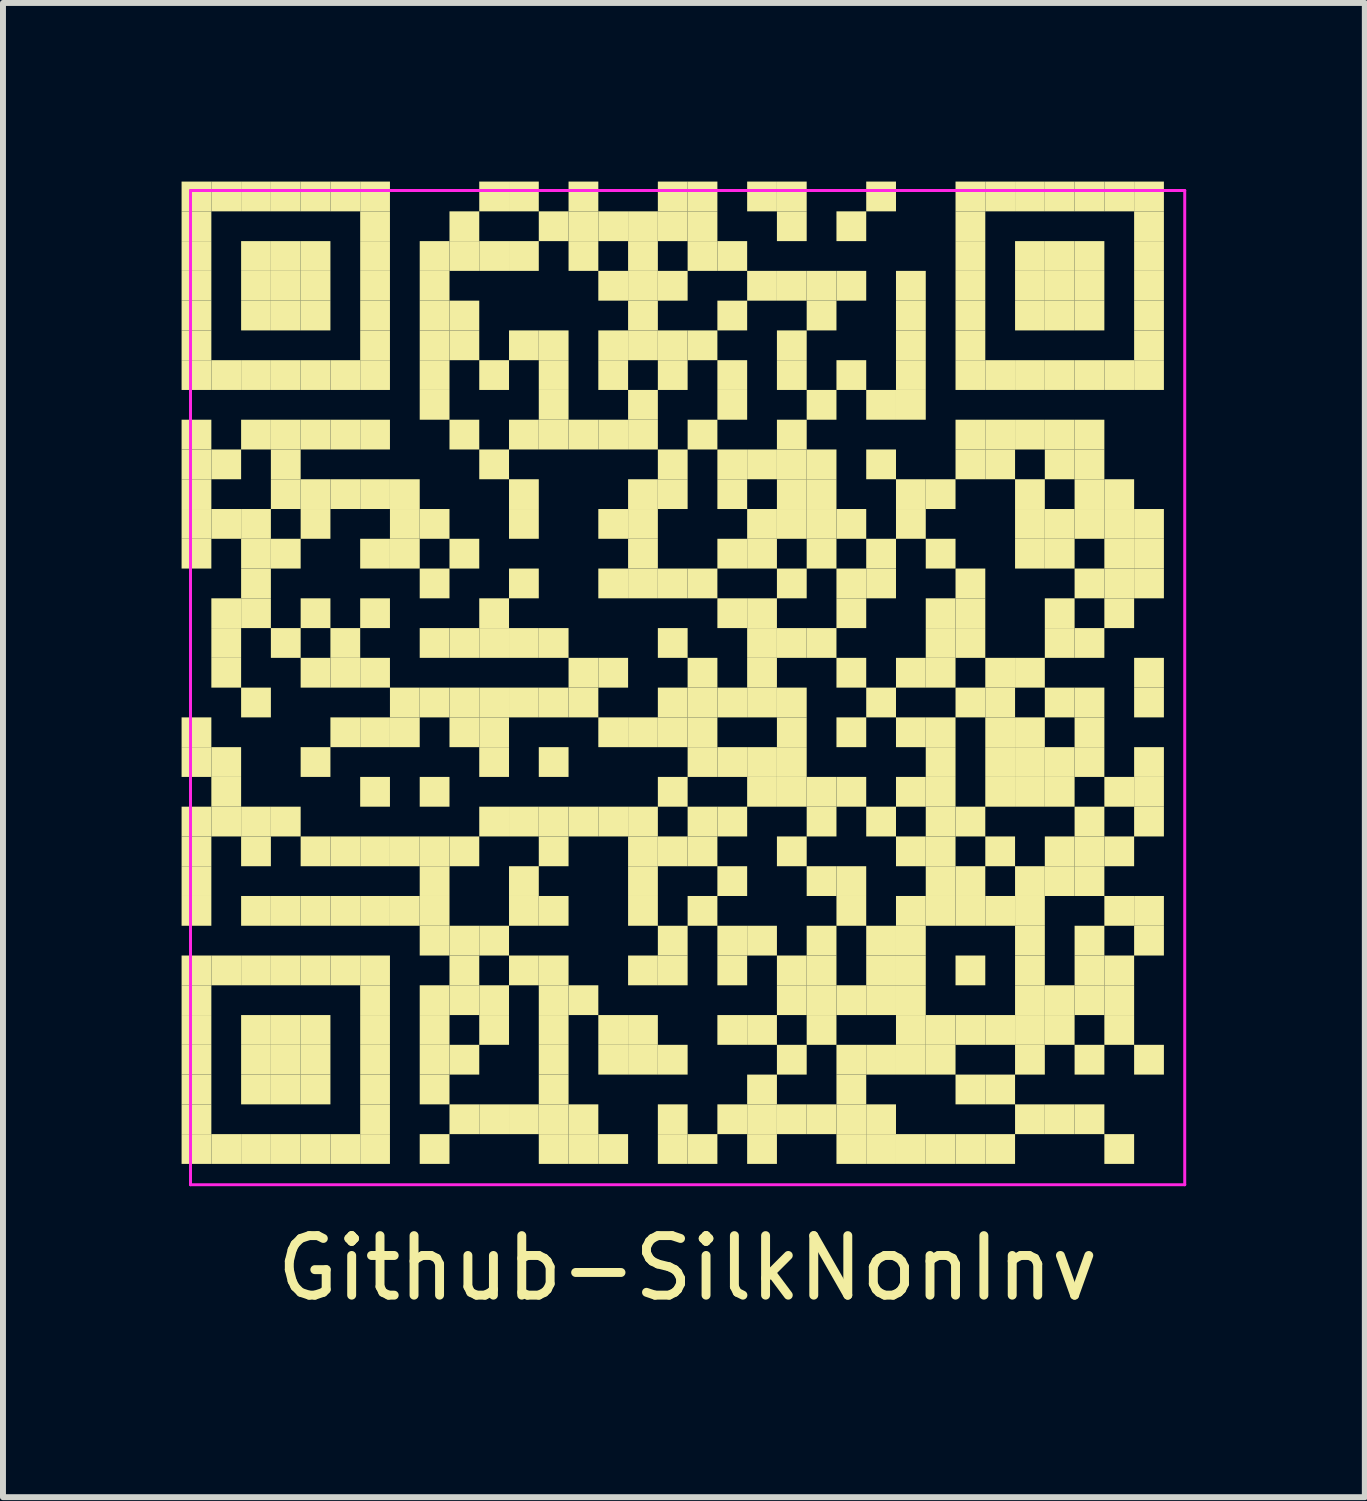
<source format=kicad_pcb>
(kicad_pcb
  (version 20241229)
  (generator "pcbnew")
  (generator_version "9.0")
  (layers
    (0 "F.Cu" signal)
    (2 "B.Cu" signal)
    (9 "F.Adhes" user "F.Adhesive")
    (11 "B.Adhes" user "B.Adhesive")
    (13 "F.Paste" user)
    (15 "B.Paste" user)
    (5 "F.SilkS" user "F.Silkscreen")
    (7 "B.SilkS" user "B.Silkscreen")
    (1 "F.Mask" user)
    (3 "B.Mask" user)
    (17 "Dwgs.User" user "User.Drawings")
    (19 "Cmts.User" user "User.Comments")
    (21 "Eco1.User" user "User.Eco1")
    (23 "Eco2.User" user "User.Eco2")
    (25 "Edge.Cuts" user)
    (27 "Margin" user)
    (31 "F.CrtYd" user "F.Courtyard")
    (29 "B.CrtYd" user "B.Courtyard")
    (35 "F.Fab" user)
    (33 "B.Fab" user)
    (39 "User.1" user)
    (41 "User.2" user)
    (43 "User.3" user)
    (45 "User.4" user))
  (footprint "Github-SilkNonInv"
    (layer "F.Cu")
    (at 8.5 8.5)
    (property "Reference" "Github-SilkNonInv" (at 0 9.75 0) (layer "F.SilkS") (effects (font (size 1 1) (thickness 0.15))))
    (attr through_hole)
    (fp_poly (pts (xy -8 -8) (xy -8 -8.5) (xy -8.5 -8.5) (xy -8.5 -8)) (stroke (width 0) (type solid)) (fill yes) (layer "F.SilkS"))
    (fp_poly (pts (xy -8 -7.5) (xy -8 -8) (xy -8.5 -8) (xy -8.5 -7.5)) (stroke (width 0) (type solid)) (fill yes) (layer "F.SilkS"))
    (fp_poly (pts (xy -8 -7) (xy -8 -7.5) (xy -8.5 -7.5) (xy -8.5 -7)) (stroke (width 0) (type solid)) (fill yes) (layer "F.SilkS"))
    (fp_poly (pts (xy -8 -6.5) (xy -8 -7) (xy -8.5 -7) (xy -8.5 -6.5)) (stroke (width 0) (type solid)) (fill yes) (layer "F.SilkS"))
    (fp_poly (pts (xy -8 -6) (xy -8 -6.5) (xy -8.5 -6.5) (xy -8.5 -6)) (stroke (width 0) (type solid)) (fill yes) (layer "F.SilkS"))
    (fp_poly (pts (xy -8 -5.5) (xy -8 -6) (xy -8.5 -6) (xy -8.5 -5.5)) (stroke (width 0) (type solid)) (fill yes) (layer "F.SilkS"))
    (fp_poly (pts (xy -8 -5) (xy -8 -5.5) (xy -8.5 -5.5) (xy -8.5 -5)) (stroke (width 0) (type solid)) (fill yes) (layer "F.SilkS"))
    (fp_poly (pts (xy -8 -4) (xy -8 -4.5) (xy -8.5 -4.5) (xy -8.5 -4)) (stroke (width 0) (type solid)) (fill yes) (layer "F.SilkS"))
    (fp_poly (pts (xy -8 -3.5) (xy -8 -4) (xy -8.5 -4) (xy -8.5 -3.5)) (stroke (width 0) (type solid)) (fill yes) (layer "F.SilkS"))
    (fp_poly (pts (xy -8 -3) (xy -8 -3.5) (xy -8.5 -3.5) (xy -8.5 -3)) (stroke (width 0) (type solid)) (fill yes) (layer "F.SilkS"))
    (fp_poly (pts (xy -8 -2.5) (xy -8 -3) (xy -8.5 -3) (xy -8.5 -2.5)) (stroke (width 0) (type solid)) (fill yes) (layer "F.SilkS"))
    (fp_poly (pts (xy -8 -2) (xy -8 -2.5) (xy -8.5 -2.5) (xy -8.5 -2)) (stroke (width 0) (type solid)) (fill yes) (layer "F.SilkS"))
    (fp_poly (pts (xy -8 1) (xy -8 0.5) (xy -8.5 0.5) (xy -8.5 1)) (stroke (width 0) (type solid)) (fill yes) (layer "F.SilkS"))
    (fp_poly (pts (xy -8 1.5) (xy -8 1) (xy -8.5 1) (xy -8.5 1.5)) (stroke (width 0) (type solid)) (fill yes) (layer "F.SilkS"))
    (fp_poly (pts (xy -8 2.5) (xy -8 2) (xy -8.5 2) (xy -8.5 2.5)) (stroke (width 0) (type solid)) (fill yes) (layer "F.SilkS"))
    (fp_poly (pts (xy -8 3) (xy -8 2.5) (xy -8.5 2.5) (xy -8.5 3)) (stroke (width 0) (type solid)) (fill yes) (layer "F.SilkS"))
    (fp_poly (pts (xy -8 3.5) (xy -8 3) (xy -8.5 3) (xy -8.5 3.5)) (stroke (width 0) (type solid)) (fill yes) (layer "F.SilkS"))
    (fp_poly (pts (xy -8 4) (xy -8 3.5) (xy -8.5 3.5) (xy -8.5 4)) (stroke (width 0) (type solid)) (fill yes) (layer "F.SilkS"))
    (fp_poly (pts (xy -8 5) (xy -8 4.5) (xy -8.5 4.5) (xy -8.5 5)) (stroke (width 0) (type solid)) (fill yes) (layer "F.SilkS"))
    (fp_poly (pts (xy -8 5.5) (xy -8 5) (xy -8.5 5) (xy -8.5 5.5)) (stroke (width 0) (type solid)) (fill yes) (layer "F.SilkS"))
    (fp_poly (pts (xy -8 6) (xy -8 5.5) (xy -8.5 5.5) (xy -8.5 6)) (stroke (width 0) (type solid)) (fill yes) (layer "F.SilkS"))
    (fp_poly (pts (xy -8 6.5) (xy -8 6) (xy -8.5 6) (xy -8.5 6.5)) (stroke (width 0) (type solid)) (fill yes) (layer "F.SilkS"))
    (fp_poly (pts (xy -8 7) (xy -8 6.5) (xy -8.5 6.5) (xy -8.5 7)) (stroke (width 0) (type solid)) (fill yes) (layer "F.SilkS"))
    (fp_poly (pts (xy -8 7.5) (xy -8 7) (xy -8.5 7) (xy -8.5 7.5)) (stroke (width 0) (type solid)) (fill yes) (layer "F.SilkS"))
    (fp_poly (pts (xy -8 8) (xy -8 7.5) (xy -8.5 7.5) (xy -8.5 8)) (stroke (width 0) (type solid)) (fill yes) (layer "F.SilkS"))
    (fp_poly (pts (xy -7.5 -8) (xy -7.5 -8.5) (xy -8 -8.5) (xy -8 -8)) (stroke (width 0) (type solid)) (fill yes) (layer "F.SilkS"))
    (fp_poly (pts (xy -7.5 -5) (xy -7.5 -5.5) (xy -8 -5.5) (xy -8 -5)) (stroke (width 0) (type solid)) (fill yes) (layer "F.SilkS"))
    (fp_poly (pts (xy -7.5 -3.5) (xy -7.5 -4) (xy -8 -4) (xy -8 -3.5)) (stroke (width 0) (type solid)) (fill yes) (layer "F.SilkS"))
    (fp_poly (pts (xy -7.5 -2.5) (xy -7.5 -3) (xy -8 -3) (xy -8 -2.5)) (stroke (width 0) (type solid)) (fill yes) (layer "F.SilkS"))
    (fp_poly (pts (xy -7.5 -1) (xy -7.5 -1.5) (xy -8 -1.5) (xy -8 -1)) (stroke (width 0) (type solid)) (fill yes) (layer "F.SilkS"))
    (fp_poly (pts (xy -7.5 -0.5) (xy -7.5 -1) (xy -8 -1) (xy -8 -0.5)) (stroke (width 0) (type solid)) (fill yes) (layer "F.SilkS"))
    (fp_poly (pts (xy -7.5 0) (xy -7.5 -0.5) (xy -8 -0.5) (xy -8 0)) (stroke (width 0) (type solid)) (fill yes) (layer "F.SilkS"))
    (fp_poly (pts (xy -7.5 1.5) (xy -7.5 1) (xy -8 1) (xy -8 1.5)) (stroke (width 0) (type solid)) (fill yes) (layer "F.SilkS"))
    (fp_poly (pts (xy -7.5 2) (xy -7.5 1.5) (xy -8 1.5) (xy -8 2)) (stroke (width 0) (type solid)) (fill yes) (layer "F.SilkS"))
    (fp_poly (pts (xy -7.5 2.5) (xy -7.5 2) (xy -8 2) (xy -8 2.5)) (stroke (width 0) (type solid)) (fill yes) (layer "F.SilkS"))
    (fp_poly (pts (xy -7.5 5) (xy -7.5 4.5) (xy -8 4.5) (xy -8 5)) (stroke (width 0) (type solid)) (fill yes) (layer "F.SilkS"))
    (fp_poly (pts (xy -7.5 8) (xy -7.5 7.5) (xy -8 7.5) (xy -8 8)) (stroke (width 0) (type solid)) (fill yes) (layer "F.SilkS"))
    (fp_poly (pts (xy -7 -8) (xy -7 -8.5) (xy -7.5 -8.5) (xy -7.5 -8)) (stroke (width 0) (type solid)) (fill yes) (layer "F.SilkS"))
    (fp_poly (pts (xy -7 -7) (xy -7 -7.5) (xy -7.5 -7.5) (xy -7.5 -7)) (stroke (width 0) (type solid)) (fill yes) (layer "F.SilkS"))
    (fp_poly (pts (xy -7 -6.5) (xy -7 -7) (xy -7.5 -7) (xy -7.5 -6.5)) (stroke (width 0) (type solid)) (fill yes) (layer "F.SilkS"))
    (fp_poly (pts (xy -7 -6) (xy -7 -6.5) (xy -7.5 -6.5) (xy -7.5 -6)) (stroke (width 0) (type solid)) (fill yes) (layer "F.SilkS"))
    (fp_poly (pts (xy -7 -5) (xy -7 -5.5) (xy -7.5 -5.5) (xy -7.5 -5)) (stroke (width 0) (type solid)) (fill yes) (layer "F.SilkS"))
    (fp_poly (pts (xy -7 -4) (xy -7 -4.5) (xy -7.5 -4.5) (xy -7.5 -4)) (stroke (width 0) (type solid)) (fill yes) (layer "F.SilkS"))
    (fp_poly (pts (xy -7 -2.5) (xy -7 -3) (xy -7.5 -3) (xy -7.5 -2.5)) (stroke (width 0) (type solid)) (fill yes) (layer "F.SilkS"))
    (fp_poly (pts (xy -7 -2) (xy -7 -2.5) (xy -7.5 -2.5) (xy -7.5 -2)) (stroke (width 0) (type solid)) (fill yes) (layer "F.SilkS"))
    (fp_poly (pts (xy -7 -1.5) (xy -7 -2) (xy -7.5 -2) (xy -7.5 -1.5)) (stroke (width 0) (type solid)) (fill yes) (layer "F.SilkS"))
    (fp_poly (pts (xy -7 -1) (xy -7 -1.5) (xy -7.5 -1.5) (xy -7.5 -1)) (stroke (width 0) (type solid)) (fill yes) (layer "F.SilkS"))
    (fp_poly (pts (xy -7 0.5) (xy -7 0) (xy -7.5 0) (xy -7.5 0.5)) (stroke (width 0) (type solid)) (fill yes) (layer "F.SilkS"))
    (fp_poly (pts (xy -7 2.5) (xy -7 2) (xy -7.5 2) (xy -7.5 2.5)) (stroke (width 0) (type solid)) (fill yes) (layer "F.SilkS"))
    (fp_poly (pts (xy -7 3) (xy -7 2.5) (xy -7.5 2.5) (xy -7.5 3)) (stroke (width 0) (type solid)) (fill yes) (layer "F.SilkS"))
    (fp_poly (pts (xy -7 4) (xy -7 3.5) (xy -7.5 3.5) (xy -7.5 4)) (stroke (width 0) (type solid)) (fill yes) (layer "F.SilkS"))
    (fp_poly (pts (xy -7 5) (xy -7 4.5) (xy -7.5 4.5) (xy -7.5 5)) (stroke (width 0) (type solid)) (fill yes) (layer "F.SilkS"))
    (fp_poly (pts (xy -7 6) (xy -7 5.5) (xy -7.5 5.5) (xy -7.5 6)) (stroke (width 0) (type solid)) (fill yes) (layer "F.SilkS"))
    (fp_poly (pts (xy -7 6.5) (xy -7 6) (xy -7.5 6) (xy -7.5 6.5)) (stroke (width 0) (type solid)) (fill yes) (layer "F.SilkS"))
    (fp_poly (pts (xy -7 7) (xy -7 6.5) (xy -7.5 6.5) (xy -7.5 7)) (stroke (width 0) (type solid)) (fill yes) (layer "F.SilkS"))
    (fp_poly (pts (xy -7 8) (xy -7 7.5) (xy -7.5 7.5) (xy -7.5 8)) (stroke (width 0) (type solid)) (fill yes) (layer "F.SilkS"))
    (fp_poly (pts (xy -6.5 -8) (xy -6.5 -8.5) (xy -7 -8.5) (xy -7 -8)) (stroke (width 0) (type solid)) (fill yes) (layer "F.SilkS"))
    (fp_poly (pts (xy -6.5 -7) (xy -6.5 -7.5) (xy -7 -7.5) (xy -7 -7)) (stroke (width 0) (type solid)) (fill yes) (layer "F.SilkS"))
    (fp_poly (pts (xy -6.5 -6.5) (xy -6.5 -7) (xy -7 -7) (xy -7 -6.5)) (stroke (width 0) (type solid)) (fill yes) (layer "F.SilkS"))
    (fp_poly (pts (xy -6.5 -6) (xy -6.5 -6.5) (xy -7 -6.5) (xy -7 -6)) (stroke (width 0) (type solid)) (fill yes) (layer "F.SilkS"))
    (fp_poly (pts (xy -6.5 -5) (xy -6.5 -5.5) (xy -7 -5.5) (xy -7 -5)) (stroke (width 0) (type solid)) (fill yes) (layer "F.SilkS"))
    (fp_poly (pts (xy -6.5 -4) (xy -6.5 -4.5) (xy -7 -4.5) (xy -7 -4)) (stroke (width 0) (type solid)) (fill yes) (layer "F.SilkS"))
    (fp_poly (pts (xy -6.5 -3.5) (xy -6.5 -4) (xy -7 -4) (xy -7 -3.5)) (stroke (width 0) (type solid)) (fill yes) (layer "F.SilkS"))
    (fp_poly (pts (xy -6.5 -3) (xy -6.5 -3.5) (xy -7 -3.5) (xy -7 -3)) (stroke (width 0) (type solid)) (fill yes) (layer "F.SilkS"))
    (fp_poly (pts (xy -6.5 -2) (xy -6.5 -2.5) (xy -7 -2.5) (xy -7 -2)) (stroke (width 0) (type solid)) (fill yes) (layer "F.SilkS"))
    (fp_poly (pts (xy -6.5 -0.5) (xy -6.5 -1) (xy -7 -1) (xy -7 -0.5)) (stroke (width 0) (type solid)) (fill yes) (layer "F.SilkS"))
    (fp_poly (pts (xy -6.5 2.5) (xy -6.5 2) (xy -7 2) (xy -7 2.5)) (stroke (width 0) (type solid)) (fill yes) (layer "F.SilkS"))
    (fp_poly (pts (xy -6.5 4) (xy -6.5 3.5) (xy -7 3.5) (xy -7 4)) (stroke (width 0) (type solid)) (fill yes) (layer "F.SilkS"))
    (fp_poly (pts (xy -6.5 5) (xy -6.5 4.5) (xy -7 4.5) (xy -7 5)) (stroke (width 0) (type solid)) (fill yes) (layer "F.SilkS"))
    (fp_poly (pts (xy -6.5 6) (xy -6.5 5.5) (xy -7 5.5) (xy -7 6)) (stroke (width 0) (type solid)) (fill yes) (layer "F.SilkS"))
    (fp_poly (pts (xy -6.5 6.5) (xy -6.5 6) (xy -7 6) (xy -7 6.5)) (stroke (width 0) (type solid)) (fill yes) (layer "F.SilkS"))
    (fp_poly (pts (xy -6.5 7) (xy -6.5 6.5) (xy -7 6.5) (xy -7 7)) (stroke (width 0) (type solid)) (fill yes) (layer "F.SilkS"))
    (fp_poly (pts (xy -6.5 8) (xy -6.5 7.5) (xy -7 7.5) (xy -7 8)) (stroke (width 0) (type solid)) (fill yes) (layer "F.SilkS"))
    (fp_poly (pts (xy -6 -8) (xy -6 -8.5) (xy -6.5 -8.5) (xy -6.5 -8)) (stroke (width 0) (type solid)) (fill yes) (layer "F.SilkS"))
    (fp_poly (pts (xy -6 -7) (xy -6 -7.5) (xy -6.5 -7.5) (xy -6.5 -7)) (stroke (width 0) (type solid)) (fill yes) (layer "F.SilkS"))
    (fp_poly (pts (xy -6 -6.5) (xy -6 -7) (xy -6.5 -7) (xy -6.5 -6.5)) (stroke (width 0) (type solid)) (fill yes) (layer "F.SilkS"))
    (fp_poly (pts (xy -6 -6) (xy -6 -6.5) (xy -6.5 -6.5) (xy -6.5 -6)) (stroke (width 0) (type solid)) (fill yes) (layer "F.SilkS"))
    (fp_poly (pts (xy -6 -5) (xy -6 -5.5) (xy -6.5 -5.5) (xy -6.5 -5)) (stroke (width 0) (type solid)) (fill yes) (layer "F.SilkS"))
    (fp_poly (pts (xy -6 -4) (xy -6 -4.5) (xy -6.5 -4.5) (xy -6.5 -4)) (stroke (width 0) (type solid)) (fill yes) (layer "F.SilkS"))
    (fp_poly (pts (xy -6 -3) (xy -6 -3.5) (xy -6.5 -3.5) (xy -6.5 -3)) (stroke (width 0) (type solid)) (fill yes) (layer "F.SilkS"))
    (fp_poly (pts (xy -6 -2.5) (xy -6 -3) (xy -6.5 -3) (xy -6.5 -2.5)) (stroke (width 0) (type solid)) (fill yes) (layer "F.SilkS"))
    (fp_poly (pts (xy -6 -1) (xy -6 -1.5) (xy -6.5 -1.5) (xy -6.5 -1)) (stroke (width 0) (type solid)) (fill yes) (layer "F.SilkS"))
    (fp_poly (pts (xy -6 0) (xy -6 -0.5) (xy -6.5 -0.5) (xy -6.5 0)) (stroke (width 0) (type solid)) (fill yes) (layer "F.SilkS"))
    (fp_poly (pts (xy -6 1.5) (xy -6 1) (xy -6.5 1) (xy -6.5 1.5)) (stroke (width 0) (type solid)) (fill yes) (layer "F.SilkS"))
    (fp_poly (pts (xy -6 3) (xy -6 2.5) (xy -6.5 2.5) (xy -6.5 3)) (stroke (width 0) (type solid)) (fill yes) (layer "F.SilkS"))
    (fp_poly (pts (xy -6 4) (xy -6 3.5) (xy -6.5 3.5) (xy -6.5 4)) (stroke (width 0) (type solid)) (fill yes) (layer "F.SilkS"))
    (fp_poly (pts (xy -6 5) (xy -6 4.5) (xy -6.5 4.5) (xy -6.5 5)) (stroke (width 0) (type solid)) (fill yes) (layer "F.SilkS"))
    (fp_poly (pts (xy -6 6) (xy -6 5.5) (xy -6.5 5.5) (xy -6.5 6)) (stroke (width 0) (type solid)) (fill yes) (layer "F.SilkS"))
    (fp_poly (pts (xy -6 6.5) (xy -6 6) (xy -6.5 6) (xy -6.5 6.5)) (stroke (width 0) (type solid)) (fill yes) (layer "F.SilkS"))
    (fp_poly (pts (xy -6 7) (xy -6 6.5) (xy -6.5 6.5) (xy -6.5 7)) (stroke (width 0) (type solid)) (fill yes) (layer "F.SilkS"))
    (fp_poly (pts (xy -6 8) (xy -6 7.5) (xy -6.5 7.5) (xy -6.5 8)) (stroke (width 0) (type solid)) (fill yes) (layer "F.SilkS"))
    (fp_poly (pts (xy -5.5 -8) (xy -5.5 -8.5) (xy -6 -8.5) (xy -6 -8)) (stroke (width 0) (type solid)) (fill yes) (layer "F.SilkS"))
    (fp_poly (pts (xy -5.5 -5) (xy -5.5 -5.5) (xy -6 -5.5) (xy -6 -5)) (stroke (width 0) (type solid)) (fill yes) (layer "F.SilkS"))
    (fp_poly (pts (xy -5.5 -4) (xy -5.5 -4.5) (xy -6 -4.5) (xy -6 -4)) (stroke (width 0) (type solid)) (fill yes) (layer "F.SilkS"))
    (fp_poly (pts (xy -5.5 -3) (xy -5.5 -3.5) (xy -6 -3.5) (xy -6 -3)) (stroke (width 0) (type solid)) (fill yes) (layer "F.SilkS"))
    (fp_poly (pts (xy -5.5 -0.5) (xy -5.5 -1) (xy -6 -1) (xy -6 -0.5)) (stroke (width 0) (type solid)) (fill yes) (layer "F.SilkS"))
    (fp_poly (pts (xy -5.5 0) (xy -5.5 -0.5) (xy -6 -0.5) (xy -6 0)) (stroke (width 0) (type solid)) (fill yes) (layer "F.SilkS"))
    (fp_poly (pts (xy -5.5 1) (xy -5.5 0.5) (xy -6 0.5) (xy -6 1)) (stroke (width 0) (type solid)) (fill yes) (layer "F.SilkS"))
    (fp_poly (pts (xy -5.5 3) (xy -5.5 2.5) (xy -6 2.5) (xy -6 3)) (stroke (width 0) (type solid)) (fill yes) (layer "F.SilkS"))
    (fp_poly (pts (xy -5.5 4) (xy -5.5 3.5) (xy -6 3.5) (xy -6 4)) (stroke (width 0) (type solid)) (fill yes) (layer "F.SilkS"))
    (fp_poly (pts (xy -5.5 5) (xy -5.5 4.5) (xy -6 4.5) (xy -6 5)) (stroke (width 0) (type solid)) (fill yes) (layer "F.SilkS"))
    (fp_poly (pts (xy -5.5 8) (xy -5.5 7.5) (xy -6 7.5) (xy -6 8)) (stroke (width 0) (type solid)) (fill yes) (layer "F.SilkS"))
    (fp_poly (pts (xy -5 -8) (xy -5 -8.5) (xy -5.5 -8.5) (xy -5.5 -8)) (stroke (width 0) (type solid)) (fill yes) (layer "F.SilkS"))
    (fp_poly (pts (xy -5 -7.5) (xy -5 -8) (xy -5.5 -8) (xy -5.5 -7.5)) (stroke (width 0) (type solid)) (fill yes) (layer "F.SilkS"))
    (fp_poly (pts (xy -5 -7) (xy -5 -7.5) (xy -5.5 -7.5) (xy -5.5 -7)) (stroke (width 0) (type solid)) (fill yes) (layer "F.SilkS"))
    (fp_poly (pts (xy -5 -6.5) (xy -5 -7) (xy -5.5 -7) (xy -5.5 -6.5)) (stroke (width 0) (type solid)) (fill yes) (layer "F.SilkS"))
    (fp_poly (pts (xy -5 -6) (xy -5 -6.5) (xy -5.5 -6.5) (xy -5.5 -6)) (stroke (width 0) (type solid)) (fill yes) (layer "F.SilkS"))
    (fp_poly (pts (xy -5 -5.5) (xy -5 -6) (xy -5.5 -6) (xy -5.5 -5.5)) (stroke (width 0) (type solid)) (fill yes) (layer "F.SilkS"))
    (fp_poly (pts (xy -5 -5) (xy -5 -5.5) (xy -5.5 -5.5) (xy -5.5 -5)) (stroke (width 0) (type solid)) (fill yes) (layer "F.SilkS"))
    (fp_poly (pts (xy -5 -4) (xy -5 -4.5) (xy -5.5 -4.5) (xy -5.5 -4)) (stroke (width 0) (type solid)) (fill yes) (layer "F.SilkS"))
    (fp_poly (pts (xy -5 -3) (xy -5 -3.5) (xy -5.5 -3.5) (xy -5.5 -3)) (stroke (width 0) (type solid)) (fill yes) (layer "F.SilkS"))
    (fp_poly (pts (xy -5 -2) (xy -5 -2.5) (xy -5.5 -2.5) (xy -5.5 -2)) (stroke (width 0) (type solid)) (fill yes) (layer "F.SilkS"))
    (fp_poly (pts (xy -5 -1) (xy -5 -1.5) (xy -5.5 -1.5) (xy -5.5 -1)) (stroke (width 0) (type solid)) (fill yes) (layer "F.SilkS"))
    (fp_poly (pts (xy -5 0) (xy -5 -0.5) (xy -5.5 -0.5) (xy -5.5 0)) (stroke (width 0) (type solid)) (fill yes) (layer "F.SilkS"))
    (fp_poly (pts (xy -5 1) (xy -5 0.5) (xy -5.5 0.5) (xy -5.5 1)) (stroke (width 0) (type solid)) (fill yes) (layer "F.SilkS"))
    (fp_poly (pts (xy -5 2) (xy -5 1.5) (xy -5.5 1.5) (xy -5.5 2)) (stroke (width 0) (type solid)) (fill yes) (layer "F.SilkS"))
    (fp_poly (pts (xy -5 3) (xy -5 2.5) (xy -5.5 2.5) (xy -5.5 3)) (stroke (width 0) (type solid)) (fill yes) (layer "F.SilkS"))
    (fp_poly (pts (xy -5 4) (xy -5 3.5) (xy -5.5 3.5) (xy -5.5 4)) (stroke (width 0) (type solid)) (fill yes) (layer "F.SilkS"))
    (fp_poly (pts (xy -5 5) (xy -5 4.5) (xy -5.5 4.5) (xy -5.5 5)) (stroke (width 0) (type solid)) (fill yes) (layer "F.SilkS"))
    (fp_poly (pts (xy -5 5.5) (xy -5 5) (xy -5.5 5) (xy -5.5 5.5)) (stroke (width 0) (type solid)) (fill yes) (layer "F.SilkS"))
    (fp_poly (pts (xy -5 6) (xy -5 5.5) (xy -5.5 5.5) (xy -5.5 6)) (stroke (width 0) (type solid)) (fill yes) (layer "F.SilkS"))
    (fp_poly (pts (xy -5 6.5) (xy -5 6) (xy -5.5 6) (xy -5.5 6.5)) (stroke (width 0) (type solid)) (fill yes) (layer "F.SilkS"))
    (fp_poly (pts (xy -5 7) (xy -5 6.5) (xy -5.5 6.5) (xy -5.5 7)) (stroke (width 0) (type solid)) (fill yes) (layer "F.SilkS"))
    (fp_poly (pts (xy -5 7.5) (xy -5 7) (xy -5.5 7) (xy -5.5 7.5)) (stroke (width 0) (type solid)) (fill yes) (layer "F.SilkS"))
    (fp_poly (pts (xy -5 8) (xy -5 7.5) (xy -5.5 7.5) (xy -5.5 8)) (stroke (width 0) (type solid)) (fill yes) (layer "F.SilkS"))
    (fp_poly (pts (xy -4.5 -3) (xy -4.5 -3.5) (xy -5 -3.5) (xy -5 -3)) (stroke (width 0) (type solid)) (fill yes) (layer "F.SilkS"))
    (fp_poly (pts (xy -4.5 -2.5) (xy -4.5 -3) (xy -5 -3) (xy -5 -2.5)) (stroke (width 0) (type solid)) (fill yes) (layer "F.SilkS"))
    (fp_poly (pts (xy -4.5 -2) (xy -4.5 -2.5) (xy -5 -2.5) (xy -5 -2)) (stroke (width 0) (type solid)) (fill yes) (layer "F.SilkS"))
    (fp_poly (pts (xy -4.5 0.5) (xy -4.5 0) (xy -5 0) (xy -5 0.5)) (stroke (width 0) (type solid)) (fill yes) (layer "F.SilkS"))
    (fp_poly (pts (xy -4.5 1) (xy -4.5 0.5) (xy -5 0.5) (xy -5 1)) (stroke (width 0) (type solid)) (fill yes) (layer "F.SilkS"))
    (fp_poly (pts (xy -4.5 3) (xy -4.5 2.5) (xy -5 2.5) (xy -5 3)) (stroke (width 0) (type solid)) (fill yes) (layer "F.SilkS"))
    (fp_poly (pts (xy -4.5 4) (xy -4.5 3.5) (xy -5 3.5) (xy -5 4)) (stroke (width 0) (type solid)) (fill yes) (layer "F.SilkS"))
    (fp_poly (pts (xy -4 -7) (xy -4 -7.5) (xy -4.5 -7.5) (xy -4.5 -7)) (stroke (width 0) (type solid)) (fill yes) (layer "F.SilkS"))
    (fp_poly (pts (xy -4 -6.5) (xy -4 -7) (xy -4.5 -7) (xy -4.5 -6.5)) (stroke (width 0) (type solid)) (fill yes) (layer "F.SilkS"))
    (fp_poly (pts (xy -4 -6) (xy -4 -6.5) (xy -4.5 -6.5) (xy -4.5 -6)) (stroke (width 0) (type solid)) (fill yes) (layer "F.SilkS"))
    (fp_poly (pts (xy -4 -5.5) (xy -4 -6) (xy -4.5 -6) (xy -4.5 -5.5)) (stroke (width 0) (type solid)) (fill yes) (layer "F.SilkS"))
    (fp_poly (pts (xy -4 -5) (xy -4 -5.5) (xy -4.5 -5.5) (xy -4.5 -5)) (stroke (width 0) (type solid)) (fill yes) (layer "F.SilkS"))
    (fp_poly (pts (xy -4 -4.5) (xy -4 -5) (xy -4.5 -5) (xy -4.5 -4.5)) (stroke (width 0) (type solid)) (fill yes) (layer "F.SilkS"))
    (fp_poly (pts (xy -4 -2.5) (xy -4 -3) (xy -4.5 -3) (xy -4.5 -2.5)) (stroke (width 0) (type solid)) (fill yes) (layer "F.SilkS"))
    (fp_poly (pts (xy -4 -1.5) (xy -4 -2) (xy -4.5 -2) (xy -4.5 -1.5)) (stroke (width 0) (type solid)) (fill yes) (layer "F.SilkS"))
    (fp_poly (pts (xy -4 -0.5) (xy -4 -1) (xy -4.5 -1) (xy -4.5 -0.5)) (stroke (width 0) (type solid)) (fill yes) (layer "F.SilkS"))
    (fp_poly (pts (xy -4 0.5) (xy -4 0) (xy -4.5 0) (xy -4.5 0.5)) (stroke (width 0) (type solid)) (fill yes) (layer "F.SilkS"))
    (fp_poly (pts (xy -4 2) (xy -4 1.5) (xy -4.5 1.5) (xy -4.5 2)) (stroke (width 0) (type solid)) (fill yes) (layer "F.SilkS"))
    (fp_poly (pts (xy -4 3) (xy -4 2.5) (xy -4.5 2.5) (xy -4.5 3)) (stroke (width 0) (type solid)) (fill yes) (layer "F.SilkS"))
    (fp_poly (pts (xy -4 3.5) (xy -4 3) (xy -4.5 3) (xy -4.5 3.5)) (stroke (width 0) (type solid)) (fill yes) (layer "F.SilkS"))
    (fp_poly (pts (xy -4 4) (xy -4 3.5) (xy -4.5 3.5) (xy -4.5 4)) (stroke (width 0) (type solid)) (fill yes) (layer "F.SilkS"))
    (fp_poly (pts (xy -4 4.5) (xy -4 4) (xy -4.5 4) (xy -4.5 4.5)) (stroke (width 0) (type solid)) (fill yes) (layer "F.SilkS"))
    (fp_poly (pts (xy -4 5.5) (xy -4 5) (xy -4.5 5) (xy -4.5 5.5)) (stroke (width 0) (type solid)) (fill yes) (layer "F.SilkS"))
    (fp_poly (pts (xy -4 6) (xy -4 5.5) (xy -4.5 5.5) (xy -4.5 6)) (stroke (width 0) (type solid)) (fill yes) (layer "F.SilkS"))
    (fp_poly (pts (xy -4 6.5) (xy -4 6) (xy -4.5 6) (xy -4.5 6.5)) (stroke (width 0) (type solid)) (fill yes) (layer "F.SilkS"))
    (fp_poly (pts (xy -4 7) (xy -4 6.5) (xy -4.5 6.5) (xy -4.5 7)) (stroke (width 0) (type solid)) (fill yes) (layer "F.SilkS"))
    (fp_poly (pts (xy -4 8) (xy -4 7.5) (xy -4.5 7.5) (xy -4.5 8)) (stroke (width 0) (type solid)) (fill yes) (layer "F.SilkS"))
    (fp_poly (pts (xy -3.5 -7.5) (xy -3.5 -8) (xy -4 -8) (xy -4 -7.5)) (stroke (width 0) (type solid)) (fill yes) (layer "F.SilkS"))
    (fp_poly (pts (xy -3.5 -7) (xy -3.5 -7.5) (xy -4 -7.5) (xy -4 -7)) (stroke (width 0) (type solid)) (fill yes) (layer "F.SilkS"))
    (fp_poly (pts (xy -3.5 -6) (xy -3.5 -6.5) (xy -4 -6.5) (xy -4 -6)) (stroke (width 0) (type solid)) (fill yes) (layer "F.SilkS"))
    (fp_poly (pts (xy -3.5 -5.5) (xy -3.5 -6) (xy -4 -6) (xy -4 -5.5)) (stroke (width 0) (type solid)) (fill yes) (layer "F.SilkS"))
    (fp_poly (pts (xy -3.5 -4) (xy -3.5 -4.5) (xy -4 -4.5) (xy -4 -4)) (stroke (width 0) (type solid)) (fill yes) (layer "F.SilkS"))
    (fp_poly (pts (xy -3.5 -2) (xy -3.5 -2.5) (xy -4 -2.5) (xy -4 -2)) (stroke (width 0) (type solid)) (fill yes) (layer "F.SilkS"))
    (fp_poly (pts (xy -3.5 -0.5) (xy -3.5 -1) (xy -4 -1) (xy -4 -0.5)) (stroke (width 0) (type solid)) (fill yes) (layer "F.SilkS"))
    (fp_poly (pts (xy -3.5 0.5) (xy -3.5 0) (xy -4 0) (xy -4 0.5)) (stroke (width 0) (type solid)) (fill yes) (layer "F.SilkS"))
    (fp_poly (pts (xy -3.5 1) (xy -3.5 0.5) (xy -4 0.5) (xy -4 1)) (stroke (width 0) (type solid)) (fill yes) (layer "F.SilkS"))
    (fp_poly (pts (xy -3.5 3) (xy -3.5 2.5) (xy -4 2.5) (xy -4 3)) (stroke (width 0) (type solid)) (fill yes) (layer "F.SilkS"))
    (fp_poly (pts (xy -3.5 4.5) (xy -3.5 4) (xy -4 4) (xy -4 4.5)) (stroke (width 0) (type solid)) (fill yes) (layer "F.SilkS"))
    (fp_poly (pts (xy -3.5 5) (xy -3.5 4.5) (xy -4 4.5) (xy -4 5)) (stroke (width 0) (type solid)) (fill yes) (layer "F.SilkS"))
    (fp_poly (pts (xy -3.5 5.5) (xy -3.5 5) (xy -4 5) (xy -4 5.5)) (stroke (width 0) (type solid)) (fill yes) (layer "F.SilkS"))
    (fp_poly (pts (xy -3.5 6.5) (xy -3.5 6) (xy -4 6) (xy -4 6.5)) (stroke (width 0) (type solid)) (fill yes) (layer "F.SilkS"))
    (fp_poly (pts (xy -3.5 7.5) (xy -3.5 7) (xy -4 7) (xy -4 7.5)) (stroke (width 0) (type solid)) (fill yes) (layer "F.SilkS"))
    (fp_poly (pts (xy -3 -8) (xy -3 -8.5) (xy -3.5 -8.5) (xy -3.5 -8)) (stroke (width 0) (type solid)) (fill yes) (layer "F.SilkS"))
    (fp_poly (pts (xy -3 -7) (xy -3 -7.5) (xy -3.5 -7.5) (xy -3.5 -7)) (stroke (width 0) (type solid)) (fill yes) (layer "F.SilkS"))
    (fp_poly (pts (xy -3 -5) (xy -3 -5.5) (xy -3.5 -5.5) (xy -3.5 -5)) (stroke (width 0) (type solid)) (fill yes) (layer "F.SilkS"))
    (fp_poly (pts (xy -3 -3.5) (xy -3 -4) (xy -3.5 -4) (xy -3.5 -3.5)) (stroke (width 0) (type solid)) (fill yes) (layer "F.SilkS"))
    (fp_poly (pts (xy -3 -1) (xy -3 -1.5) (xy -3.5 -1.5) (xy -3.5 -1)) (stroke (width 0) (type solid)) (fill yes) (layer "F.SilkS"))
    (fp_poly (pts (xy -3 -0.5) (xy -3 -1) (xy -3.5 -1) (xy -3.5 -0.5)) (stroke (width 0) (type solid)) (fill yes) (layer "F.SilkS"))
    (fp_poly (pts (xy -3 0.5) (xy -3 0) (xy -3.5 0) (xy -3.5 0.5)) (stroke (width 0) (type solid)) (fill yes) (layer "F.SilkS"))
    (fp_poly (pts (xy -3 1) (xy -3 0.5) (xy -3.5 0.5) (xy -3.5 1)) (stroke (width 0) (type solid)) (fill yes) (layer "F.SilkS"))
    (fp_poly (pts (xy -3 1.5) (xy -3 1) (xy -3.5 1) (xy -3.5 1.5)) (stroke (width 0) (type solid)) (fill yes) (layer "F.SilkS"))
    (fp_poly (pts (xy -3 2.5) (xy -3 2) (xy -3.5 2) (xy -3.5 2.5)) (stroke (width 0) (type solid)) (fill yes) (layer "F.SilkS"))
    (fp_poly (pts (xy -3 4.5) (xy -3 4) (xy -3.5 4) (xy -3.5 4.5)) (stroke (width 0) (type solid)) (fill yes) (layer "F.SilkS"))
    (fp_poly (pts (xy -3 5.5) (xy -3 5) (xy -3.5 5) (xy -3.5 5.5)) (stroke (width 0) (type solid)) (fill yes) (layer "F.SilkS"))
    (fp_poly (pts (xy -3 6) (xy -3 5.5) (xy -3.5 5.5) (xy -3.5 6)) (stroke (width 0) (type solid)) (fill yes) (layer "F.SilkS"))
    (fp_poly (pts (xy -3 7.5) (xy -3 7) (xy -3.5 7) (xy -3.5 7.5)) (stroke (width 0) (type solid)) (fill yes) (layer "F.SilkS"))
    (fp_poly (pts (xy -2.5 -8) (xy -2.5 -8.5) (xy -3 -8.5) (xy -3 -8)) (stroke (width 0) (type solid)) (fill yes) (layer "F.SilkS"))
    (fp_poly (pts (xy -2.5 -7) (xy -2.5 -7.5) (xy -3 -7.5) (xy -3 -7)) (stroke (width 0) (type solid)) (fill yes) (layer "F.SilkS"))
    (fp_poly (pts (xy -2.5 -5.5) (xy -2.5 -6) (xy -3 -6) (xy -3 -5.5)) (stroke (width 0) (type solid)) (fill yes) (layer "F.SilkS"))
    (fp_poly (pts (xy -2.5 -4) (xy -2.5 -4.5) (xy -3 -4.5) (xy -3 -4)) (stroke (width 0) (type solid)) (fill yes) (layer "F.SilkS"))
    (fp_poly (pts (xy -2.5 -3) (xy -2.5 -3.5) (xy -3 -3.5) (xy -3 -3)) (stroke (width 0) (type solid)) (fill yes) (layer "F.SilkS"))
    (fp_poly (pts (xy -2.5 -2.5) (xy -2.5 -3) (xy -3 -3) (xy -3 -2.5)) (stroke (width 0) (type solid)) (fill yes) (layer "F.SilkS"))
    (fp_poly (pts (xy -2.5 -1.5) (xy -2.5 -2) (xy -3 -2) (xy -3 -1.5)) (stroke (width 0) (type solid)) (fill yes) (layer "F.SilkS"))
    (fp_poly (pts (xy -2.5 -0.5) (xy -2.5 -1) (xy -3 -1) (xy -3 -0.5)) (stroke (width 0) (type solid)) (fill yes) (layer "F.SilkS"))
    (fp_poly (pts (xy -2.5 0.5) (xy -2.5 0) (xy -3 0) (xy -3 0.5)) (stroke (width 0) (type solid)) (fill yes) (layer "F.SilkS"))
    (fp_poly (pts (xy -2.5 2.5) (xy -2.5 2) (xy -3 2) (xy -3 2.5)) (stroke (width 0) (type solid)) (fill yes) (layer "F.SilkS"))
    (fp_poly (pts (xy -2.5 3.5) (xy -2.5 3) (xy -3 3) (xy -3 3.5)) (stroke (width 0) (type solid)) (fill yes) (layer "F.SilkS"))
    (fp_poly (pts (xy -2.5 4) (xy -2.5 3.5) (xy -3 3.5) (xy -3 4)) (stroke (width 0) (type solid)) (fill yes) (layer "F.SilkS"))
    (fp_poly (pts (xy -2.5 5) (xy -2.5 4.5) (xy -3 4.5) (xy -3 5)) (stroke (width 0) (type solid)) (fill yes) (layer "F.SilkS"))
    (fp_poly (pts (xy -2.5 7.5) (xy -2.5 7) (xy -3 7) (xy -3 7.5)) (stroke (width 0) (type solid)) (fill yes) (layer "F.SilkS"))
    (fp_poly (pts (xy -2 -7.5) (xy -2 -8) (xy -2.5 -8) (xy -2.5 -7.5)) (stroke (width 0) (type solid)) (fill yes) (layer "F.SilkS"))
    (fp_poly (pts (xy -2 -5.5) (xy -2 -6) (xy -2.5 -6) (xy -2.5 -5.5)) (stroke (width 0) (type solid)) (fill yes) (layer "F.SilkS"))
    (fp_poly (pts (xy -2 -5) (xy -2 -5.5) (xy -2.5 -5.5) (xy -2.5 -5)) (stroke (width 0) (type solid)) (fill yes) (layer "F.SilkS"))
    (fp_poly (pts (xy -2 -4.5) (xy -2 -5) (xy -2.5 -5) (xy -2.5 -4.5)) (stroke (width 0) (type solid)) (fill yes) (layer "F.SilkS"))
    (fp_poly (pts (xy -2 -4) (xy -2 -4.5) (xy -2.5 -4.5) (xy -2.5 -4)) (stroke (width 0) (type solid)) (fill yes) (layer "F.SilkS"))
    (fp_poly (pts (xy -2 -0.5) (xy -2 -1) (xy -2.5 -1) (xy -2.5 -0.5)) (stroke (width 0) (type solid)) (fill yes) (layer "F.SilkS"))
    (fp_poly (pts (xy -2 0.5) (xy -2 0) (xy -2.5 0) (xy -2.5 0.5)) (stroke (width 0) (type solid)) (fill yes) (layer "F.SilkS"))
    (fp_poly (pts (xy -2 1.5) (xy -2 1) (xy -2.5 1) (xy -2.5 1.5)) (stroke (width 0) (type solid)) (fill yes) (layer "F.SilkS"))
    (fp_poly (pts (xy -2 2.5) (xy -2 2) (xy -2.5 2) (xy -2.5 2.5)) (stroke (width 0) (type solid)) (fill yes) (layer "F.SilkS"))
    (fp_poly (pts (xy -2 3) (xy -2 2.5) (xy -2.5 2.5) (xy -2.5 3)) (stroke (width 0) (type solid)) (fill yes) (layer "F.SilkS"))
    (fp_poly (pts (xy -2 4) (xy -2 3.5) (xy -2.5 3.5) (xy -2.5 4)) (stroke (width 0) (type solid)) (fill yes) (layer "F.SilkS"))
    (fp_poly (pts (xy -2 5) (xy -2 4.5) (xy -2.5 4.5) (xy -2.5 5)) (stroke (width 0) (type solid)) (fill yes) (layer "F.SilkS"))
    (fp_poly (pts (xy -2 5.5) (xy -2 5) (xy -2.5 5) (xy -2.5 5.5)) (stroke (width 0) (type solid)) (fill yes) (layer "F.SilkS"))
    (fp_poly (pts (xy -2 6) (xy -2 5.5) (xy -2.5 5.5) (xy -2.5 6)) (stroke (width 0) (type solid)) (fill yes) (layer "F.SilkS"))
    (fp_poly (pts (xy -2 6.5) (xy -2 6) (xy -2.5 6) (xy -2.5 6.5)) (stroke (width 0) (type solid)) (fill yes) (layer "F.SilkS"))
    (fp_poly (pts (xy -2 7) (xy -2 6.5) (xy -2.5 6.5) (xy -2.5 7)) (stroke (width 0) (type solid)) (fill yes) (layer "F.SilkS"))
    (fp_poly (pts (xy -2 7.5) (xy -2 7) (xy -2.5 7) (xy -2.5 7.5)) (stroke (width 0) (type solid)) (fill yes) (layer "F.SilkS"))
    (fp_poly (pts (xy -2 8) (xy -2 7.5) (xy -2.5 7.5) (xy -2.5 8)) (stroke (width 0) (type solid)) (fill yes) (layer "F.SilkS"))
    (fp_poly (pts (xy -1.5 -8) (xy -1.5 -8.5) (xy -2 -8.5) (xy -2 -8)) (stroke (width 0) (type solid)) (fill yes) (layer "F.SilkS"))
    (fp_poly (pts (xy -1.5 -7.5) (xy -1.5 -8) (xy -2 -8) (xy -2 -7.5)) (stroke (width 0) (type solid)) (fill yes) (layer "F.SilkS"))
    (fp_poly (pts (xy -1.5 -7) (xy -1.5 -7.5) (xy -2 -7.5) (xy -2 -7)) (stroke (width 0) (type solid)) (fill yes) (layer "F.SilkS"))
    (fp_poly (pts (xy -1.5 -4) (xy -1.5 -4.5) (xy -2 -4.5) (xy -2 -4)) (stroke (width 0) (type solid)) (fill yes) (layer "F.SilkS"))
    (fp_poly (pts (xy -1.5 0) (xy -1.5 -0.5) (xy -2 -0.5) (xy -2 0)) (stroke (width 0) (type solid)) (fill yes) (layer "F.SilkS"))
    (fp_poly (pts (xy -1.5 0.5) (xy -1.5 0) (xy -2 0) (xy -2 0.5)) (stroke (width 0) (type solid)) (fill yes) (layer "F.SilkS"))
    (fp_poly (pts (xy -1.5 2.5) (xy -1.5 2) (xy -2 2) (xy -2 2.5)) (stroke (width 0) (type solid)) (fill yes) (layer "F.SilkS"))
    (fp_poly (pts (xy -1.5 5.5) (xy -1.5 5) (xy -2 5) (xy -2 5.5)) (stroke (width 0) (type solid)) (fill yes) (layer "F.SilkS"))
    (fp_poly (pts (xy -1.5 7.5) (xy -1.5 7) (xy -2 7) (xy -2 7.5)) (stroke (width 0) (type solid)) (fill yes) (layer "F.SilkS"))
    (fp_poly (pts (xy -1.5 8) (xy -1.5 7.5) (xy -2 7.5) (xy -2 8)) (stroke (width 0) (type solid)) (fill yes) (layer "F.SilkS"))
    (fp_poly (pts (xy -1 -7.5) (xy -1 -8) (xy -1.5 -8) (xy -1.5 -7.5)) (stroke (width 0) (type solid)) (fill yes) (layer "F.SilkS"))
    (fp_poly (pts (xy -1 -6.5) (xy -1 -7) (xy -1.5 -7) (xy -1.5 -6.5)) (stroke (width 0) (type solid)) (fill yes) (layer "F.SilkS"))
    (fp_poly (pts (xy -1 -5.5) (xy -1 -6) (xy -1.5 -6) (xy -1.5 -5.5)) (stroke (width 0) (type solid)) (fill yes) (layer "F.SilkS"))
    (fp_poly (pts (xy -1 -5) (xy -1 -5.5) (xy -1.5 -5.5) (xy -1.5 -5)) (stroke (width 0) (type solid)) (fill yes) (layer "F.SilkS"))
    (fp_poly (pts (xy -1 -4) (xy -1 -4.5) (xy -1.5 -4.5) (xy -1.5 -4)) (stroke (width 0) (type solid)) (fill yes) (layer "F.SilkS"))
    (fp_poly (pts (xy -1 -2.5) (xy -1 -3) (xy -1.5 -3) (xy -1.5 -2.5)) (stroke (width 0) (type solid)) (fill yes) (layer "F.SilkS"))
    (fp_poly (pts (xy -1 -1.5) (xy -1 -2) (xy -1.5 -2) (xy -1.5 -1.5)) (stroke (width 0) (type solid)) (fill yes) (layer "F.SilkS"))
    (fp_poly (pts (xy -1 0) (xy -1 -0.5) (xy -1.5 -0.5) (xy -1.5 0)) (stroke (width 0) (type solid)) (fill yes) (layer "F.SilkS"))
    (fp_poly (pts (xy -1 1) (xy -1 0.5) (xy -1.5 0.5) (xy -1.5 1)) (stroke (width 0) (type solid)) (fill yes) (layer "F.SilkS"))
    (fp_poly (pts (xy -1 2.5) (xy -1 2) (xy -1.5 2) (xy -1.5 2.5)) (stroke (width 0) (type solid)) (fill yes) (layer "F.SilkS"))
    (fp_poly (pts (xy -1 6) (xy -1 5.5) (xy -1.5 5.5) (xy -1.5 6)) (stroke (width 0) (type solid)) (fill yes) (layer "F.SilkS"))
    (fp_poly (pts (xy -1 6.5) (xy -1 6) (xy -1.5 6) (xy -1.5 6.5)) (stroke (width 0) (type solid)) (fill yes) (layer "F.SilkS"))
    (fp_poly (pts (xy -1 8) (xy -1 7.5) (xy -1.5 7.5) (xy -1.5 8)) (stroke (width 0) (type solid)) (fill yes) (layer "F.SilkS"))
    (fp_poly (pts (xy -0.5 -7.5) (xy -0.5 -8) (xy -1 -8) (xy -1 -7.5)) (stroke (width 0) (type solid)) (fill yes) (layer "F.SilkS"))
    (fp_poly (pts (xy -0.5 -7) (xy -0.5 -7.5) (xy -1 -7.5) (xy -1 -7)) (stroke (width 0) (type solid)) (fill yes) (layer "F.SilkS"))
    (fp_poly (pts (xy -0.5 -6.5) (xy -0.5 -7) (xy -1 -7) (xy -1 -6.5)) (stroke (width 0) (type solid)) (fill yes) (layer "F.SilkS"))
    (fp_poly (pts (xy -0.5 -6) (xy -0.5 -6.5) (xy -1 -6.5) (xy -1 -6)) (stroke (width 0) (type solid)) (fill yes) (layer "F.SilkS"))
    (fp_poly (pts (xy -0.5 -5.5) (xy -0.5 -6) (xy -1 -6) (xy -1 -5.5)) (stroke (width 0) (type solid)) (fill yes) (layer "F.SilkS"))
    (fp_poly (pts (xy -0.5 -4.5) (xy -0.5 -5) (xy -1 -5) (xy -1 -4.5)) (stroke (width 0) (type solid)) (fill yes) (layer "F.SilkS"))
    (fp_poly (pts (xy -0.5 -4) (xy -0.5 -4.5) (xy -1 -4.5) (xy -1 -4)) (stroke (width 0) (type solid)) (fill yes) (layer "F.SilkS"))
    (fp_poly (pts (xy -0.5 -3) (xy -0.5 -3.5) (xy -1 -3.5) (xy -1 -3)) (stroke (width 0) (type solid)) (fill yes) (layer "F.SilkS"))
    (fp_poly (pts (xy -0.5 -2.5) (xy -0.5 -3) (xy -1 -3) (xy -1 -2.5)) (stroke (width 0) (type solid)) (fill yes) (layer "F.SilkS"))
    (fp_poly (pts (xy -0.5 -2) (xy -0.5 -2.5) (xy -1 -2.5) (xy -1 -2)) (stroke (width 0) (type solid)) (fill yes) (layer "F.SilkS"))
    (fp_poly (pts (xy -0.5 -1.5) (xy -0.5 -2) (xy -1 -2) (xy -1 -1.5)) (stroke (width 0) (type solid)) (fill yes) (layer "F.SilkS"))
    (fp_poly (pts (xy -0.5 1) (xy -0.5 0.5) (xy -1 0.5) (xy -1 1)) (stroke (width 0) (type solid)) (fill yes) (layer "F.SilkS"))
    (fp_poly (pts (xy -0.5 2.5) (xy -0.5 2) (xy -1 2) (xy -1 2.5)) (stroke (width 0) (type solid)) (fill yes) (layer "F.SilkS"))
    (fp_poly (pts (xy -0.5 3) (xy -0.5 2.5) (xy -1 2.5) (xy -1 3)) (stroke (width 0) (type solid)) (fill yes) (layer "F.SilkS"))
    (fp_poly (pts (xy -0.5 3.5) (xy -0.5 3) (xy -1 3) (xy -1 3.5)) (stroke (width 0) (type solid)) (fill yes) (layer "F.SilkS"))
    (fp_poly (pts (xy -0.5 4) (xy -0.5 3.5) (xy -1 3.5) (xy -1 4)) (stroke (width 0) (type solid)) (fill yes) (layer "F.SilkS"))
    (fp_poly (pts (xy -0.5 5) (xy -0.5 4.5) (xy -1 4.5) (xy -1 5)) (stroke (width 0) (type solid)) (fill yes) (layer "F.SilkS"))
    (fp_poly (pts (xy -0.5 6) (xy -0.5 5.5) (xy -1 5.5) (xy -1 6)) (stroke (width 0) (type solid)) (fill yes) (layer "F.SilkS"))
    (fp_poly (pts (xy -0.5 6.5) (xy -0.5 6) (xy -1 6) (xy -1 6.5)) (stroke (width 0) (type solid)) (fill yes) (layer "F.SilkS"))
    (fp_poly (pts (xy 0 -8) (xy 0 -8.5) (xy -0.5 -8.5) (xy -0.5 -8)) (stroke (width 0) (type solid)) (fill yes) (layer "F.SilkS"))
    (fp_poly (pts (xy 0 -7.5) (xy 0 -8) (xy -0.5 -8) (xy -0.5 -7.5)) (stroke (width 0) (type solid)) (fill yes) (layer "F.SilkS"))
    (fp_poly (pts (xy 0 -6.5) (xy 0 -7) (xy -0.5 -7) (xy -0.5 -6.5)) (stroke (width 0) (type solid)) (fill yes) (layer "F.SilkS"))
    (fp_poly (pts (xy 0 -5.5) (xy 0 -6) (xy -0.5 -6) (xy -0.5 -5.5)) (stroke (width 0) (type solid)) (fill yes) (layer "F.SilkS"))
    (fp_poly (pts (xy 0 -5) (xy 0 -5.5) (xy -0.5 -5.5) (xy -0.5 -5)) (stroke (width 0) (type solid)) (fill yes) (layer "F.SilkS"))
    (fp_poly (pts (xy 0 -3.5) (xy 0 -4) (xy -0.5 -4) (xy -0.5 -3.5)) (stroke (width 0) (type solid)) (fill yes) (layer "F.SilkS"))
    (fp_poly (pts (xy 0 -3) (xy 0 -3.5) (xy -0.5 -3.5) (xy -0.5 -3)) (stroke (width 0) (type solid)) (fill yes) (layer "F.SilkS"))
    (fp_poly (pts (xy 0 -1.5) (xy 0 -2) (xy -0.5 -2) (xy -0.5 -1.5)) (stroke (width 0) (type solid)) (fill yes) (layer "F.SilkS"))
    (fp_poly (pts (xy 0 -0.5) (xy 0 -1) (xy -0.5 -1) (xy -0.5 -0.5)) (stroke (width 0) (type solid)) (fill yes) (layer "F.SilkS"))
    (fp_poly (pts (xy 0 0.5) (xy 0 0) (xy -0.5 0) (xy -0.5 0.5)) (stroke (width 0) (type solid)) (fill yes) (layer "F.SilkS"))
    (fp_poly (pts (xy 0 1) (xy 0 0.5) (xy -0.5 0.5) (xy -0.5 1)) (stroke (width 0) (type solid)) (fill yes) (layer "F.SilkS"))
    (fp_poly (pts (xy 0 2) (xy 0 1.5) (xy -0.5 1.5) (xy -0.5 2)) (stroke (width 0) (type solid)) (fill yes) (layer "F.SilkS"))
    (fp_poly (pts (xy 0 3) (xy 0 2.5) (xy -0.5 2.5) (xy -0.5 3)) (stroke (width 0) (type solid)) (fill yes) (layer "F.SilkS"))
    (fp_poly (pts (xy 0 4.5) (xy 0 4) (xy -0.5 4) (xy -0.5 4.5)) (stroke (width 0) (type solid)) (fill yes) (layer "F.SilkS"))
    (fp_poly (pts (xy 0 5) (xy 0 4.5) (xy -0.5 4.5) (xy -0.5 5)) (stroke (width 0) (type solid)) (fill yes) (layer "F.SilkS"))
    (fp_poly (pts (xy 0 6.5) (xy 0 6) (xy -0.5 6) (xy -0.5 6.5)) (stroke (width 0) (type solid)) (fill yes) (layer "F.SilkS"))
    (fp_poly (pts (xy 0 7.5) (xy 0 7) (xy -0.5 7) (xy -0.5 7.5)) (stroke (width 0) (type solid)) (fill yes) (layer "F.SilkS"))
    (fp_poly (pts (xy 0 8) (xy 0 7.5) (xy -0.5 7.5) (xy -0.5 8)) (stroke (width 0) (type solid)) (fill yes) (layer "F.SilkS"))
    (fp_poly (pts (xy 0.5 -8) (xy 0.5 -8.5) (xy 0 -8.5) (xy 0 -8)) (stroke (width 0) (type solid)) (fill yes) (layer "F.SilkS"))
    (fp_poly (pts (xy 0.5 -7.5) (xy 0.5 -8) (xy 0 -8) (xy 0 -7.5)) (stroke (width 0) (type solid)) (fill yes) (layer "F.SilkS"))
    (fp_poly (pts (xy 0.5 -7) (xy 0.5 -7.5) (xy 0 -7.5) (xy 0 -7)) (stroke (width 0) (type solid)) (fill yes) (layer "F.SilkS"))
    (fp_poly (pts (xy 0.5 -5.5) (xy 0.5 -6) (xy 0 -6) (xy 0 -5.5)) (stroke (width 0) (type solid)) (fill yes) (layer "F.SilkS"))
    (fp_poly (pts (xy 0.5 -4) (xy 0.5 -4.5) (xy 0 -4.5) (xy 0 -4)) (stroke (width 0) (type solid)) (fill yes) (layer "F.SilkS"))
    (fp_poly (pts (xy 0.5 -1.5) (xy 0.5 -2) (xy 0 -2) (xy 0 -1.5)) (stroke (width 0) (type solid)) (fill yes) (layer "F.SilkS"))
    (fp_poly (pts (xy 0.5 0) (xy 0.5 -0.5) (xy 0 -0.5) (xy 0 0)) (stroke (width 0) (type solid)) (fill yes) (layer "F.SilkS"))
    (fp_poly (pts (xy 0.5 0.5) (xy 0.5 0) (xy 0 0) (xy 0 0.5)) (stroke (width 0) (type solid)) (fill yes) (layer "F.SilkS"))
    (fp_poly (pts (xy 0.5 1) (xy 0.5 0.5) (xy 0 0.5) (xy 0 1)) (stroke (width 0) (type solid)) (fill yes) (layer "F.SilkS"))
    (fp_poly (pts (xy 0.5 1.5) (xy 0.5 1) (xy 0 1) (xy 0 1.5)) (stroke (width 0) (type solid)) (fill yes) (layer "F.SilkS"))
    (fp_poly (pts (xy 0.5 2.5) (xy 0.5 2) (xy 0 2) (xy 0 2.5)) (stroke (width 0) (type solid)) (fill yes) (layer "F.SilkS"))
    (fp_poly (pts (xy 0.5 3) (xy 0.5 2.5) (xy 0 2.5) (xy 0 3)) (stroke (width 0) (type solid)) (fill yes) (layer "F.SilkS"))
    (fp_poly (pts (xy 0.5 4) (xy 0.5 3.5) (xy 0 3.5) (xy 0 4)) (stroke (width 0) (type solid)) (fill yes) (layer "F.SilkS"))
    (fp_poly (pts (xy 0.5 8) (xy 0.5 7.5) (xy 0 7.5) (xy 0 8)) (stroke (width 0) (type solid)) (fill yes) (layer "F.SilkS"))
    (fp_poly (pts (xy 1 -7) (xy 1 -7.5) (xy 0.5 -7.5) (xy 0.5 -7)) (stroke (width 0) (type solid)) (fill yes) (layer "F.SilkS"))
    (fp_poly (pts (xy 1 -6) (xy 1 -6.5) (xy 0.5 -6.5) (xy 0.5 -6)) (stroke (width 0) (type solid)) (fill yes) (layer "F.SilkS"))
    (fp_poly (pts (xy 1 -5) (xy 1 -5.5) (xy 0.5 -5.5) (xy 0.5 -5)) (stroke (width 0) (type solid)) (fill yes) (layer "F.SilkS"))
    (fp_poly (pts (xy 1 -4.5) (xy 1 -5) (xy 0.5 -5) (xy 0.5 -4.5)) (stroke (width 0) (type solid)) (fill yes) (layer "F.SilkS"))
    (fp_poly (pts (xy 1 -3.5) (xy 1 -4) (xy 0.5 -4) (xy 0.5 -3.5)) (stroke (width 0) (type solid)) (fill yes) (layer "F.SilkS"))
    (fp_poly (pts (xy 1 -3) (xy 1 -3.5) (xy 0.5 -3.5) (xy 0.5 -3)) (stroke (width 0) (type solid)) (fill yes) (layer "F.SilkS"))
    (fp_poly (pts (xy 1 -2) (xy 1 -2.5) (xy 0.5 -2.5) (xy 0.5 -2)) (stroke (width 0) (type solid)) (fill yes) (layer "F.SilkS"))
    (fp_poly (pts (xy 1 -1) (xy 1 -1.5) (xy 0.5 -1.5) (xy 0.5 -1)) (stroke (width 0) (type solid)) (fill yes) (layer "F.SilkS"))
    (fp_poly (pts (xy 1 0.5) (xy 1 0) (xy 0.5 0) (xy 0.5 0.5)) (stroke (width 0) (type solid)) (fill yes) (layer "F.SilkS"))
    (fp_poly (pts (xy 1 1.5) (xy 1 1) (xy 0.5 1) (xy 0.5 1.5)) (stroke (width 0) (type solid)) (fill yes) (layer "F.SilkS"))
    (fp_poly (pts (xy 1 2.5) (xy 1 2) (xy 0.5 2) (xy 0.5 2.5)) (stroke (width 0) (type solid)) (fill yes) (layer "F.SilkS"))
    (fp_poly (pts (xy 1 3.5) (xy 1 3) (xy 0.5 3) (xy 0.5 3.5)) (stroke (width 0) (type solid)) (fill yes) (layer "F.SilkS"))
    (fp_poly (pts (xy 1 4.5) (xy 1 4) (xy 0.5 4) (xy 0.5 4.5)) (stroke (width 0) (type solid)) (fill yes) (layer "F.SilkS"))
    (fp_poly (pts (xy 1 5) (xy 1 4.5) (xy 0.5 4.5) (xy 0.5 5)) (stroke (width 0) (type solid)) (fill yes) (layer "F.SilkS"))
    (fp_poly (pts (xy 1 6) (xy 1 5.5) (xy 0.5 5.5) (xy 0.5 6)) (stroke (width 0) (type solid)) (fill yes) (layer "F.SilkS"))
    (fp_poly (pts (xy 1 7.5) (xy 1 7) (xy 0.5 7) (xy 0.5 7.5)) (stroke (width 0) (type solid)) (fill yes) (layer "F.SilkS"))
    (fp_poly (pts (xy 1.5 -8) (xy 1.5 -8.5) (xy 1 -8.5) (xy 1 -8)) (stroke (width 0) (type solid)) (fill yes) (layer "F.SilkS"))
    (fp_poly (pts (xy 1.5 -6.5) (xy 1.5 -7) (xy 1 -7) (xy 1 -6.5)) (stroke (width 0) (type solid)) (fill yes) (layer "F.SilkS"))
    (fp_poly (pts (xy 1.5 -3.5) (xy 1.5 -4) (xy 1 -4) (xy 1 -3.5)) (stroke (width 0) (type solid)) (fill yes) (layer "F.SilkS"))
    (fp_poly (pts (xy 1.5 -2.5) (xy 1.5 -3) (xy 1 -3) (xy 1 -2.5)) (stroke (width 0) (type solid)) (fill yes) (layer "F.SilkS"))
    (fp_poly (pts (xy 1.5 -2) (xy 1.5 -2.5) (xy 1 -2.5) (xy 1 -2)) (stroke (width 0) (type solid)) (fill yes) (layer "F.SilkS"))
    (fp_poly (pts (xy 1.5 -1) (xy 1.5 -1.5) (xy 1 -1.5) (xy 1 -1)) (stroke (width 0) (type solid)) (fill yes) (layer "F.SilkS"))
    (fp_poly (pts (xy 1.5 -0.5) (xy 1.5 -1) (xy 1 -1) (xy 1 -0.5)) (stroke (width 0) (type solid)) (fill yes) (layer "F.SilkS"))
    (fp_poly (pts (xy 1.5 0) (xy 1.5 -0.5) (xy 1 -0.5) (xy 1 0)) (stroke (width 0) (type solid)) (fill yes) (layer "F.SilkS"))
    (fp_poly (pts (xy 1.5 0.5) (xy 1.5 0) (xy 1 0) (xy 1 0.5)) (stroke (width 0) (type solid)) (fill yes) (layer "F.SilkS"))
    (fp_poly (pts (xy 1.5 1.5) (xy 1.5 1) (xy 1 1) (xy 1 1.5)) (stroke (width 0) (type solid)) (fill yes) (layer "F.SilkS"))
    (fp_poly (pts (xy 1.5 2) (xy 1.5 1.5) (xy 1 1.5) (xy 1 2)) (stroke (width 0) (type solid)) (fill yes) (layer "F.SilkS"))
    (fp_poly (pts (xy 1.5 4.5) (xy 1.5 4) (xy 1 4) (xy 1 4.5)) (stroke (width 0) (type solid)) (fill yes) (layer "F.SilkS"))
    (fp_poly (pts (xy 1.5 6) (xy 1.5 5.5) (xy 1 5.5) (xy 1 6)) (stroke (width 0) (type solid)) (fill yes) (layer "F.SilkS"))
    (fp_poly (pts (xy 1.5 7) (xy 1.5 6.5) (xy 1 6.5) (xy 1 7)) (stroke (width 0) (type solid)) (fill yes) (layer "F.SilkS"))
    (fp_poly (pts (xy 1.5 7.5) (xy 1.5 7) (xy 1 7) (xy 1 7.5)) (stroke (width 0) (type solid)) (fill yes) (layer "F.SilkS"))
    (fp_poly (pts (xy 1.5 8) (xy 1.5 7.5) (xy 1 7.5) (xy 1 8)) (stroke (width 0) (type solid)) (fill yes) (layer "F.SilkS"))
    (fp_poly (pts (xy 2 -8) (xy 2 -8.5) (xy 1.5 -8.5) (xy 1.5 -8)) (stroke (width 0) (type solid)) (fill yes) (layer "F.SilkS"))
    (fp_poly (pts (xy 2 -7.5) (xy 2 -8) (xy 1.5 -8) (xy 1.5 -7.5)) (stroke (width 0) (type solid)) (fill yes) (layer "F.SilkS"))
    (fp_poly (pts (xy 2 -6.5) (xy 2 -7) (xy 1.5 -7) (xy 1.5 -6.5)) (stroke (width 0) (type solid)) (fill yes) (layer "F.SilkS"))
    (fp_poly (pts (xy 2 -5.5) (xy 2 -6) (xy 1.5 -6) (xy 1.5 -5.5)) (stroke (width 0) (type solid)) (fill yes) (layer "F.SilkS"))
    (fp_poly (pts (xy 2 -5) (xy 2 -5.5) (xy 1.5 -5.5) (xy 1.5 -5)) (stroke (width 0) (type solid)) (fill yes) (layer "F.SilkS"))
    (fp_poly (pts (xy 2 -4) (xy 2 -4.5) (xy 1.5 -4.5) (xy 1.5 -4)) (stroke (width 0) (type solid)) (fill yes) (layer "F.SilkS"))
    (fp_poly (pts (xy 2 -3.5) (xy 2 -4) (xy 1.5 -4) (xy 1.5 -3.5)) (stroke (width 0) (type solid)) (fill yes) (layer "F.SilkS"))
    (fp_poly (pts (xy 2 -3) (xy 2 -3.5) (xy 1.5 -3.5) (xy 1.5 -3)) (stroke (width 0) (type solid)) (fill yes) (layer "F.SilkS"))
    (fp_poly (pts (xy 2 -2.5) (xy 2 -3) (xy 1.5 -3) (xy 1.5 -2.5)) (stroke (width 0) (type solid)) (fill yes) (layer "F.SilkS"))
    (fp_poly (pts (xy 2 -1.5) (xy 2 -2) (xy 1.5 -2) (xy 1.5 -1.5)) (stroke (width 0) (type solid)) (fill yes) (layer "F.SilkS"))
    (fp_poly (pts (xy 2 -0.5) (xy 2 -1) (xy 1.5 -1) (xy 1.5 -0.5)) (stroke (width 0) (type solid)) (fill yes) (layer "F.SilkS"))
    (fp_poly (pts (xy 2 0.5) (xy 2 0) (xy 1.5 0) (xy 1.5 0.5)) (stroke (width 0) (type solid)) (fill yes) (layer "F.SilkS"))
    (fp_poly (pts (xy 2 1) (xy 2 0.5) (xy 1.5 0.5) (xy 1.5 1)) (stroke (width 0) (type solid)) (fill yes) (layer "F.SilkS"))
    (fp_poly (pts (xy 2 1.5) (xy 2 1) (xy 1.5 1) (xy 1.5 1.5)) (stroke (width 0) (type solid)) (fill yes) (layer "F.SilkS"))
    (fp_poly (pts (xy 2 2) (xy 2 1.5) (xy 1.5 1.5) (xy 1.5 2)) (stroke (width 0) (type solid)) (fill yes) (layer "F.SilkS"))
    (fp_poly (pts (xy 2 3) (xy 2 2.5) (xy 1.5 2.5) (xy 1.5 3)) (stroke (width 0) (type solid)) (fill yes) (layer "F.SilkS"))
    (fp_poly (pts (xy 2 5) (xy 2 4.5) (xy 1.5 4.5) (xy 1.5 5)) (stroke (width 0) (type solid)) (fill yes) (layer "F.SilkS"))
    (fp_poly (pts (xy 2 5.5) (xy 2 5) (xy 1.5 5) (xy 1.5 5.5)) (stroke (width 0) (type solid)) (fill yes) (layer "F.SilkS"))
    (fp_poly (pts (xy 2 6.5) (xy 2 6) (xy 1.5 6) (xy 1.5 6.5)) (stroke (width 0) (type solid)) (fill yes) (layer "F.SilkS"))
    (fp_poly (pts (xy 2 7.5) (xy 2 7) (xy 1.5 7) (xy 1.5 7.5)) (stroke (width 0) (type solid)) (fill yes) (layer "F.SilkS"))
    (fp_poly (pts (xy 2.5 -6.5) (xy 2.5 -7) (xy 2 -7) (xy 2 -6.5)) (stroke (width 0) (type solid)) (fill yes) (layer "F.SilkS"))
    (fp_poly (pts (xy 2.5 -6) (xy 2.5 -6.5) (xy 2 -6.5) (xy 2 -6)) (stroke (width 0) (type solid)) (fill yes) (layer "F.SilkS"))
    (fp_poly (pts (xy 2.5 -4.5) (xy 2.5 -5) (xy 2 -5) (xy 2 -4.5)) (stroke (width 0) (type solid)) (fill yes) (layer "F.SilkS"))
    (fp_poly (pts (xy 2.5 -3.5) (xy 2.5 -4) (xy 2 -4) (xy 2 -3.5)) (stroke (width 0) (type solid)) (fill yes) (layer "F.SilkS"))
    (fp_poly (pts (xy 2.5 -3) (xy 2.5 -3.5) (xy 2 -3.5) (xy 2 -3)) (stroke (width 0) (type solid)) (fill yes) (layer "F.SilkS"))
    (fp_poly (pts (xy 2.5 -2.5) (xy 2.5 -3) (xy 2 -3) (xy 2 -2.5)) (stroke (width 0) (type solid)) (fill yes) (layer "F.SilkS"))
    (fp_poly (pts (xy 2.5 -2) (xy 2.5 -2.5) (xy 2 -2.5) (xy 2 -2)) (stroke (width 0) (type solid)) (fill yes) (layer "F.SilkS"))
    (fp_poly (pts (xy 2.5 -0.5) (xy 2.5 -1) (xy 2 -1) (xy 2 -0.5)) (stroke (width 0) (type solid)) (fill yes) (layer "F.SilkS"))
    (fp_poly (pts (xy 2.5 2) (xy 2.5 1.5) (xy 2 1.5) (xy 2 2)) (stroke (width 0) (type solid)) (fill yes) (layer "F.SilkS"))
    (fp_poly (pts (xy 2.5 2.5) (xy 2.5 2) (xy 2 2) (xy 2 2.5)) (stroke (width 0) (type solid)) (fill yes) (layer "F.SilkS"))
    (fp_poly (pts (xy 2.5 3.5) (xy 2.5 3) (xy 2 3) (xy 2 3.5)) (stroke (width 0) (type solid)) (fill yes) (layer "F.SilkS"))
    (fp_poly (pts (xy 2.5 4.5) (xy 2.5 4) (xy 2 4) (xy 2 4.5)) (stroke (width 0) (type solid)) (fill yes) (layer "F.SilkS"))
    (fp_poly (pts (xy 2.5 5) (xy 2.5 4.5) (xy 2 4.5) (xy 2 5)) (stroke (width 0) (type solid)) (fill yes) (layer "F.SilkS"))
    (fp_poly (pts (xy 2.5 5.5) (xy 2.5 5) (xy 2 5) (xy 2 5.5)) (stroke (width 0) (type solid)) (fill yes) (layer "F.SilkS"))
    (fp_poly (pts (xy 2.5 6) (xy 2.5 5.5) (xy 2 5.5) (xy 2 6)) (stroke (width 0) (type solid)) (fill yes) (layer "F.SilkS"))
    (fp_poly (pts (xy 2.5 7.5) (xy 2.5 7) (xy 2 7) (xy 2 7.5)) (stroke (width 0) (type solid)) (fill yes) (layer "F.SilkS"))
    (fp_poly (pts (xy 3 -7.5) (xy 3 -8) (xy 2.5 -8) (xy 2.5 -7.5)) (stroke (width 0) (type solid)) (fill yes) (layer "F.SilkS"))
    (fp_poly (pts (xy 3 -6.5) (xy 3 -7) (xy 2.5 -7) (xy 2.5 -6.5)) (stroke (width 0) (type solid)) (fill yes) (layer "F.SilkS"))
    (fp_poly (pts (xy 3 -5) (xy 3 -5.5) (xy 2.5 -5.5) (xy 2.5 -5)) (stroke (width 0) (type solid)) (fill yes) (layer "F.SilkS"))
    (fp_poly (pts (xy 3 -2.5) (xy 3 -3) (xy 2.5 -3) (xy 2.5 -2.5)) (stroke (width 0) (type solid)) (fill yes) (layer "F.SilkS"))
    (fp_poly (pts (xy 3 -1.5) (xy 3 -2) (xy 2.5 -2) (xy 2.5 -1.5)) (stroke (width 0) (type solid)) (fill yes) (layer "F.SilkS"))
    (fp_poly (pts (xy 3 -1) (xy 3 -1.5) (xy 2.5 -1.5) (xy 2.5 -1)) (stroke (width 0) (type solid)) (fill yes) (layer "F.SilkS"))
    (fp_poly (pts (xy 3 0) (xy 3 -0.5) (xy 2.5 -0.5) (xy 2.5 0)) (stroke (width 0) (type solid)) (fill yes) (layer "F.SilkS"))
    (fp_poly (pts (xy 3 1) (xy 3 0.5) (xy 2.5 0.5) (xy 2.5 1)) (stroke (width 0) (type solid)) (fill yes) (layer "F.SilkS"))
    (fp_poly (pts (xy 3 2) (xy 3 1.5) (xy 2.5 1.5) (xy 2.5 2)) (stroke (width 0) (type solid)) (fill yes) (layer "F.SilkS"))
    (fp_poly (pts (xy 3 3.5) (xy 3 3) (xy 2.5 3) (xy 2.5 3.5)) (stroke (width 0) (type solid)) (fill yes) (layer "F.SilkS"))
    (fp_poly (pts (xy 3 4) (xy 3 3.5) (xy 2.5 3.5) (xy 2.5 4)) (stroke (width 0) (type solid)) (fill yes) (layer "F.SilkS"))
    (fp_poly (pts (xy 3 5.5) (xy 3 5) (xy 2.5 5) (xy 2.5 5.5)) (stroke (width 0) (type solid)) (fill yes) (layer "F.SilkS"))
    (fp_poly (pts (xy 3 6.5) (xy 3 6) (xy 2.5 6) (xy 2.5 6.5)) (stroke (width 0) (type solid)) (fill yes) (layer "F.SilkS"))
    (fp_poly (pts (xy 3 7) (xy 3 6.5) (xy 2.5 6.5) (xy 2.5 7)) (stroke (width 0) (type solid)) (fill yes) (layer "F.SilkS"))
    (fp_poly (pts (xy 3 7.5) (xy 3 7) (xy 2.5 7) (xy 2.5 7.5)) (stroke (width 0) (type solid)) (fill yes) (layer "F.SilkS"))
    (fp_poly (pts (xy 3 8) (xy 3 7.5) (xy 2.5 7.5) (xy 2.5 8)) (stroke (width 0) (type solid)) (fill yes) (layer "F.SilkS"))
    (fp_poly (pts (xy 3.5 -8) (xy 3.5 -8.5) (xy 3 -8.5) (xy 3 -8)) (stroke (width 0) (type solid)) (fill yes) (layer "F.SilkS"))
    (fp_poly (pts (xy 3.5 -4.5) (xy 3.5 -5) (xy 3 -5) (xy 3 -4.5)) (stroke (width 0) (type solid)) (fill yes) (layer "F.SilkS"))
    (fp_poly (pts (xy 3.5 -3.5) (xy 3.5 -4) (xy 3 -4) (xy 3 -3.5)) (stroke (width 0) (type solid)) (fill yes) (layer "F.SilkS"))
    (fp_poly (pts (xy 3.5 -2) (xy 3.5 -2.5) (xy 3 -2.5) (xy 3 -2)) (stroke (width 0) (type solid)) (fill yes) (layer "F.SilkS"))
    (fp_poly (pts (xy 3.5 -1.5) (xy 3.5 -2) (xy 3 -2) (xy 3 -1.5)) (stroke (width 0) (type solid)) (fill yes) (layer "F.SilkS"))
    (fp_poly (pts (xy 3.5 0.5) (xy 3.5 0) (xy 3 0) (xy 3 0.5)) (stroke (width 0) (type solid)) (fill yes) (layer "F.SilkS"))
    (fp_poly (pts (xy 3.5 2.5) (xy 3.5 2) (xy 3 2) (xy 3 2.5)) (stroke (width 0) (type solid)) (fill yes) (layer "F.SilkS"))
    (fp_poly (pts (xy 3.5 4.5) (xy 3.5 4) (xy 3 4) (xy 3 4.5)) (stroke (width 0) (type solid)) (fill yes) (layer "F.SilkS"))
    (fp_poly (pts (xy 3.5 5) (xy 3.5 4.5) (xy 3 4.5) (xy 3 5)) (stroke (width 0) (type solid)) (fill yes) (layer "F.SilkS"))
    (fp_poly (pts (xy 3.5 5.5) (xy 3.5 5) (xy 3 5) (xy 3 5.5)) (stroke (width 0) (type solid)) (fill yes) (layer "F.SilkS"))
    (fp_poly (pts (xy 3.5 6.5) (xy 3.5 6) (xy 3 6) (xy 3 6.5)) (stroke (width 0) (type solid)) (fill yes) (layer "F.SilkS"))
    (fp_poly (pts (xy 3.5 7.5) (xy 3.5 7) (xy 3 7) (xy 3 7.5)) (stroke (width 0) (type solid)) (fill yes) (layer "F.SilkS"))
    (fp_poly (pts (xy 3.5 8) (xy 3.5 7.5) (xy 3 7.5) (xy 3 8)) (stroke (width 0) (type solid)) (fill yes) (layer "F.SilkS"))
    (fp_poly (pts (xy 4 -6.5) (xy 4 -7) (xy 3.5 -7) (xy 3.5 -6.5)) (stroke (width 0) (type solid)) (fill yes) (layer "F.SilkS"))
    (fp_poly (pts (xy 4 -6) (xy 4 -6.5) (xy 3.5 -6.5) (xy 3.5 -6)) (stroke (width 0) (type solid)) (fill yes) (layer "F.SilkS"))
    (fp_poly (pts (xy 4 -5.5) (xy 4 -6) (xy 3.5 -6) (xy 3.5 -5.5)) (stroke (width 0) (type solid)) (fill yes) (layer "F.SilkS"))
    (fp_poly (pts (xy 4 -5) (xy 4 -5.5) (xy 3.5 -5.5) (xy 3.5 -5)) (stroke (width 0) (type solid)) (fill yes) (layer "F.SilkS"))
    (fp_poly (pts (xy 4 -4.5) (xy 4 -5) (xy 3.5 -5) (xy 3.5 -4.5)) (stroke (width 0) (type solid)) (fill yes) (layer "F.SilkS"))
    (fp_poly (pts (xy 4 -3) (xy 4 -3.5) (xy 3.5 -3.5) (xy 3.5 -3)) (stroke (width 0) (type solid)) (fill yes) (layer "F.SilkS"))
    (fp_poly (pts (xy 4 -2.5) (xy 4 -3) (xy 3.5 -3) (xy 3.5 -2.5)) (stroke (width 0) (type solid)) (fill yes) (layer "F.SilkS"))
    (fp_poly (pts (xy 4 0) (xy 4 -0.5) (xy 3.5 -0.5) (xy 3.5 0)) (stroke (width 0) (type solid)) (fill yes) (layer "F.SilkS"))
    (fp_poly (pts (xy 4 1) (xy 4 0.5) (xy 3.5 0.5) (xy 3.5 1)) (stroke (width 0) (type solid)) (fill yes) (layer "F.SilkS"))
    (fp_poly (pts (xy 4 2) (xy 4 1.5) (xy 3.5 1.5) (xy 3.5 2)) (stroke (width 0) (type solid)) (fill yes) (layer "F.SilkS"))
    (fp_poly (pts (xy 4 3) (xy 4 2.5) (xy 3.5 2.5) (xy 3.5 3)) (stroke (width 0) (type solid)) (fill yes) (layer "F.SilkS"))
    (fp_poly (pts (xy 4 4) (xy 4 3.5) (xy 3.5 3.5) (xy 3.5 4)) (stroke (width 0) (type solid)) (fill yes) (layer "F.SilkS"))
    (fp_poly (pts (xy 4 4.5) (xy 4 4) (xy 3.5 4) (xy 3.5 4.5)) (stroke (width 0) (type solid)) (fill yes) (layer "F.SilkS"))
    (fp_poly (pts (xy 4 5) (xy 4 4.5) (xy 3.5 4.5) (xy 3.5 5)) (stroke (width 0) (type solid)) (fill yes) (layer "F.SilkS"))
    (fp_poly (pts (xy 4 5.5) (xy 4 5) (xy 3.5 5) (xy 3.5 5.5)) (stroke (width 0) (type solid)) (fill yes) (layer "F.SilkS"))
    (fp_poly (pts (xy 4 6) (xy 4 5.5) (xy 3.5 5.5) (xy 3.5 6)) (stroke (width 0) (type solid)) (fill yes) (layer "F.SilkS"))
    (fp_poly (pts (xy 4 6.5) (xy 4 6) (xy 3.5 6) (xy 3.5 6.5)) (stroke (width 0) (type solid)) (fill yes) (layer "F.SilkS"))
    (fp_poly (pts (xy 4 8) (xy 4 7.5) (xy 3.5 7.5) (xy 3.5 8)) (stroke (width 0) (type solid)) (fill yes) (layer "F.SilkS"))
    (fp_poly (pts (xy 4.5 -3) (xy 4.5 -3.5) (xy 4 -3.5) (xy 4 -3)) (stroke (width 0) (type solid)) (fill yes) (layer "F.SilkS"))
    (fp_poly (pts (xy 4.5 -2) (xy 4.5 -2.5) (xy 4 -2.5) (xy 4 -2)) (stroke (width 0) (type solid)) (fill yes) (layer "F.SilkS"))
    (fp_poly (pts (xy 4.5 -1) (xy 4.5 -1.5) (xy 4 -1.5) (xy 4 -1)) (stroke (width 0) (type solid)) (fill yes) (layer "F.SilkS"))
    (fp_poly (pts (xy 4.5 -0.5) (xy 4.5 -1) (xy 4 -1) (xy 4 -0.5)) (stroke (width 0) (type solid)) (fill yes) (layer "F.SilkS"))
    (fp_poly (pts (xy 4.5 0) (xy 4.5 -0.5) (xy 4 -0.5) (xy 4 0)) (stroke (width 0) (type solid)) (fill yes) (layer "F.SilkS"))
    (fp_poly (pts (xy 4.5 1) (xy 4.5 0.5) (xy 4 0.5) (xy 4 1)) (stroke (width 0) (type solid)) (fill yes) (layer "F.SilkS"))
    (fp_poly (pts (xy 4.5 1.5) (xy 4.5 1) (xy 4 1) (xy 4 1.5)) (stroke (width 0) (type solid)) (fill yes) (layer "F.SilkS"))
    (fp_poly (pts (xy 4.5 2) (xy 4.5 1.5) (xy 4 1.5) (xy 4 2)) (stroke (width 0) (type solid)) (fill yes) (layer "F.SilkS"))
    (fp_poly (pts (xy 4.5 2.5) (xy 4.5 2) (xy 4 2) (xy 4 2.5)) (stroke (width 0) (type solid)) (fill yes) (layer "F.SilkS"))
    (fp_poly (pts (xy 4.5 3) (xy 4.5 2.5) (xy 4 2.5) (xy 4 3)) (stroke (width 0) (type solid)) (fill yes) (layer "F.SilkS"))
    (fp_poly (pts (xy 4.5 3.5) (xy 4.5 3) (xy 4 3) (xy 4 3.5)) (stroke (width 0) (type solid)) (fill yes) (layer "F.SilkS"))
    (fp_poly (pts (xy 4.5 4) (xy 4.5 3.5) (xy 4 3.5) (xy 4 4)) (stroke (width 0) (type solid)) (fill yes) (layer "F.SilkS"))
    (fp_poly (pts (xy 4.5 6) (xy 4.5 5.5) (xy 4 5.5) (xy 4 6)) (stroke (width 0) (type solid)) (fill yes) (layer "F.SilkS"))
    (fp_poly (pts (xy 4.5 6.5) (xy 4.5 6) (xy 4 6) (xy 4 6.5)) (stroke (width 0) (type solid)) (fill yes) (layer "F.SilkS"))
    (fp_poly (pts (xy 4.5 8) (xy 4.5 7.5) (xy 4 7.5) (xy 4 8)) (stroke (width 0) (type solid)) (fill yes) (layer "F.SilkS"))
    (fp_poly (pts (xy 5 -8) (xy 5 -8.5) (xy 4.5 -8.5) (xy 4.5 -8)) (stroke (width 0) (type solid)) (fill yes) (layer "F.SilkS"))
    (fp_poly (pts (xy 5 -7.5) (xy 5 -8) (xy 4.5 -8) (xy 4.5 -7.5)) (stroke (width 0) (type solid)) (fill yes) (layer "F.SilkS"))
    (fp_poly (pts (xy 5 -7) (xy 5 -7.5) (xy 4.5 -7.5) (xy 4.5 -7)) (stroke (width 0) (type solid)) (fill yes) (layer "F.SilkS"))
    (fp_poly (pts (xy 5 -6.5) (xy 5 -7) (xy 4.5 -7) (xy 4.5 -6.5)) (stroke (width 0) (type solid)) (fill yes) (layer "F.SilkS"))
    (fp_poly (pts (xy 5 -6) (xy 5 -6.5) (xy 4.5 -6.5) (xy 4.5 -6)) (stroke (width 0) (type solid)) (fill yes) (layer "F.SilkS"))
    (fp_poly (pts (xy 5 -5.5) (xy 5 -6) (xy 4.5 -6) (xy 4.5 -5.5)) (stroke (width 0) (type solid)) (fill yes) (layer "F.SilkS"))
    (fp_poly (pts (xy 5 -5) (xy 5 -5.5) (xy 4.5 -5.5) (xy 4.5 -5)) (stroke (width 0) (type solid)) (fill yes) (layer "F.SilkS"))
    (fp_poly (pts (xy 5 -4) (xy 5 -4.5) (xy 4.5 -4.5) (xy 4.5 -4)) (stroke (width 0) (type solid)) (fill yes) (layer "F.SilkS"))
    (fp_poly (pts (xy 5 -3.5) (xy 5 -4) (xy 4.5 -4) (xy 4.5 -3.5)) (stroke (width 0) (type solid)) (fill yes) (layer "F.SilkS"))
    (fp_poly (pts (xy 5 -1.5) (xy 5 -2) (xy 4.5 -2) (xy 4.5 -1.5)) (stroke (width 0) (type solid)) (fill yes) (layer "F.SilkS"))
    (fp_poly (pts (xy 5 -1) (xy 5 -1.5) (xy 4.5 -1.5) (xy 4.5 -1)) (stroke (width 0) (type solid)) (fill yes) (layer "F.SilkS"))
    (fp_poly (pts (xy 5 -0.5) (xy 5 -1) (xy 4.5 -1) (xy 4.5 -0.5)) (stroke (width 0) (type solid)) (fill yes) (layer "F.SilkS"))
    (fp_poly (pts (xy 5 0.5) (xy 5 0) (xy 4.5 0) (xy 4.5 0.5)) (stroke (width 0) (type solid)) (fill yes) (layer "F.SilkS"))
    (fp_poly (pts (xy 5 2.5) (xy 5 2) (xy 4.5 2) (xy 4.5 2.5)) (stroke (width 0) (type solid)) (fill yes) (layer "F.SilkS"))
    (fp_poly (pts (xy 5 3.5) (xy 5 3) (xy 4.5 3) (xy 4.5 3.5)) (stroke (width 0) (type solid)) (fill yes) (layer "F.SilkS"))
    (fp_poly (pts (xy 5 4) (xy 5 3.5) (xy 4.5 3.5) (xy 4.5 4)) (stroke (width 0) (type solid)) (fill yes) (layer "F.SilkS"))
    (fp_poly (pts (xy 5 5) (xy 5 4.5) (xy 4.5 4.5) (xy 4.5 5)) (stroke (width 0) (type solid)) (fill yes) (layer "F.SilkS"))
    (fp_poly (pts (xy 5 6) (xy 5 5.5) (xy 4.5 5.5) (xy 4.5 6)) (stroke (width 0) (type solid)) (fill yes) (layer "F.SilkS"))
    (fp_poly (pts (xy 5 7) (xy 5 6.5) (xy 4.5 6.5) (xy 4.5 7)) (stroke (width 0) (type solid)) (fill yes) (layer "F.SilkS"))
    (fp_poly (pts (xy 5 8) (xy 5 7.5) (xy 4.5 7.5) (xy 4.5 8)) (stroke (width 0) (type solid)) (fill yes) (layer "F.SilkS"))
    (fp_poly (pts (xy 5.5 -8) (xy 5.5 -8.5) (xy 5 -8.5) (xy 5 -8)) (stroke (width 0) (type solid)) (fill yes) (layer "F.SilkS"))
    (fp_poly (pts (xy 5.5 -5) (xy 5.5 -5.5) (xy 5 -5.5) (xy 5 -5)) (stroke (width 0) (type solid)) (fill yes) (layer "F.SilkS"))
    (fp_poly (pts (xy 5.5 -4) (xy 5.5 -4.5) (xy 5 -4.5) (xy 5 -4)) (stroke (width 0) (type solid)) (fill yes) (layer "F.SilkS"))
    (fp_poly (pts (xy 5.5 -3.5) (xy 5.5 -4) (xy 5 -4) (xy 5 -3.5)) (stroke (width 0) (type solid)) (fill yes) (layer "F.SilkS"))
    (fp_poly (pts (xy 5.5 0) (xy 5.5 -0.5) (xy 5 -0.5) (xy 5 0)) (stroke (width 0) (type solid)) (fill yes) (layer "F.SilkS"))
    (fp_poly (pts (xy 5.5 0.5) (xy 5.5 0) (xy 5 0) (xy 5 0.5)) (stroke (width 0) (type solid)) (fill yes) (layer "F.SilkS"))
    (fp_poly (pts (xy 5.5 1) (xy 5.5 0.5) (xy 5 0.5) (xy 5 1)) (stroke (width 0) (type solid)) (fill yes) (layer "F.SilkS"))
    (fp_poly (pts (xy 5.5 1.5) (xy 5.5 1) (xy 5 1) (xy 5 1.5)) (stroke (width 0) (type solid)) (fill yes) (layer "F.SilkS"))
    (fp_poly (pts (xy 5.5 2) (xy 5.5 1.5) (xy 5 1.5) (xy 5 2)) (stroke (width 0) (type solid)) (fill yes) (layer "F.SilkS"))
    (fp_poly (pts (xy 5.5 3) (xy 5.5 2.5) (xy 5 2.5) (xy 5 3)) (stroke (width 0) (type solid)) (fill yes) (layer "F.SilkS"))
    (fp_poly (pts (xy 5.5 4) (xy 5.5 3.5) (xy 5 3.5) (xy 5 4)) (stroke (width 0) (type solid)) (fill yes) (layer "F.SilkS"))
    (fp_poly (pts (xy 5.5 6) (xy 5.5 5.5) (xy 5 5.5) (xy 5 6)) (stroke (width 0) (type solid)) (fill yes) (layer "F.SilkS"))
    (fp_poly (pts (xy 5.5 7) (xy 5.5 6.5) (xy 5 6.5) (xy 5 7)) (stroke (width 0) (type solid)) (fill yes) (layer "F.SilkS"))
    (fp_poly (pts (xy 5.5 8) (xy 5.5 7.5) (xy 5 7.5) (xy 5 8)) (stroke (width 0) (type solid)) (fill yes) (layer "F.SilkS"))
    (fp_poly (pts (xy 6 -8) (xy 6 -8.5) (xy 5.5 -8.5) (xy 5.5 -8)) (stroke (width 0) (type solid)) (fill yes) (layer "F.SilkS"))
    (fp_poly (pts (xy 6 -7) (xy 6 -7.5) (xy 5.5 -7.5) (xy 5.5 -7)) (stroke (width 0) (type solid)) (fill yes) (layer "F.SilkS"))
    (fp_poly (pts (xy 6 -6.5) (xy 6 -7) (xy 5.5 -7) (xy 5.5 -6.5)) (stroke (width 0) (type solid)) (fill yes) (layer "F.SilkS"))
    (fp_poly (pts (xy 6 -6) (xy 6 -6.5) (xy 5.5 -6.5) (xy 5.5 -6)) (stroke (width 0) (type solid)) (fill yes) (layer "F.SilkS"))
    (fp_poly (pts (xy 6 -5) (xy 6 -5.5) (xy 5.5 -5.5) (xy 5.5 -5)) (stroke (width 0) (type solid)) (fill yes) (layer "F.SilkS"))
    (fp_poly (pts (xy 6 -4) (xy 6 -4.5) (xy 5.5 -4.5) (xy 5.5 -4)) (stroke (width 0) (type solid)) (fill yes) (layer "F.SilkS"))
    (fp_poly (pts (xy 6 -3) (xy 6 -3.5) (xy 5.5 -3.5) (xy 5.5 -3)) (stroke (width 0) (type solid)) (fill yes) (layer "F.SilkS"))
    (fp_poly (pts (xy 6 -2.5) (xy 6 -3) (xy 5.5 -3) (xy 5.5 -2.5)) (stroke (width 0) (type solid)) (fill yes) (layer "F.SilkS"))
    (fp_poly (pts (xy 6 -2) (xy 6 -2.5) (xy 5.5 -2.5) (xy 5.5 -2)) (stroke (width 0) (type solid)) (fill yes) (layer "F.SilkS"))
    (fp_poly (pts (xy 6 0) (xy 6 -0.5) (xy 5.5 -0.5) (xy 5.5 0)) (stroke (width 0) (type solid)) (fill yes) (layer "F.SilkS"))
    (fp_poly (pts (xy 6 1) (xy 6 0.5) (xy 5.5 0.5) (xy 5.5 1)) (stroke (width 0) (type solid)) (fill yes) (layer "F.SilkS"))
    (fp_poly (pts (xy 6 1.5) (xy 6 1) (xy 5.5 1) (xy 5.5 1.5)) (stroke (width 0) (type solid)) (fill yes) (layer "F.SilkS"))
    (fp_poly (pts (xy 6 2) (xy 6 1.5) (xy 5.5 1.5) (xy 5.5 2)) (stroke (width 0) (type solid)) (fill yes) (layer "F.SilkS"))
    (fp_poly (pts (xy 6 3.5) (xy 6 3) (xy 5.5 3) (xy 5.5 3.5)) (stroke (width 0) (type solid)) (fill yes) (layer "F.SilkS"))
    (fp_poly (pts (xy 6 4) (xy 6 3.5) (xy 5.5 3.5) (xy 5.5 4)) (stroke (width 0) (type solid)) (fill yes) (layer "F.SilkS"))
    (fp_poly (pts (xy 6 4.5) (xy 6 4) (xy 5.5 4) (xy 5.5 4.5)) (stroke (width 0) (type solid)) (fill yes) (layer "F.SilkS"))
    (fp_poly (pts (xy 6 5) (xy 6 4.5) (xy 5.5 4.5) (xy 5.5 5)) (stroke (width 0) (type solid)) (fill yes) (layer "F.SilkS"))
    (fp_poly (pts (xy 6 5.5) (xy 6 5) (xy 5.5 5) (xy 5.5 5.5)) (stroke (width 0) (type solid)) (fill yes) (layer "F.SilkS"))
    (fp_poly (pts (xy 6 6) (xy 6 5.5) (xy 5.5 5.5) (xy 5.5 6)) (stroke (width 0) (type solid)) (fill yes) (layer "F.SilkS"))
    (fp_poly (pts (xy 6 6.5) (xy 6 6) (xy 5.5 6) (xy 5.5 6.5)) (stroke (width 0) (type solid)) (fill yes) (layer "F.SilkS"))
    (fp_poly (pts (xy 6 7.5) (xy 6 7) (xy 5.5 7) (xy 5.5 7.5)) (stroke (width 0) (type solid)) (fill yes) (layer "F.SilkS"))
    (fp_poly (pts (xy 6.5 -8) (xy 6.5 -8.5) (xy 6 -8.5) (xy 6 -8)) (stroke (width 0) (type solid)) (fill yes) (layer "F.SilkS"))
    (fp_poly (pts (xy 6.5 -7) (xy 6.5 -7.5) (xy 6 -7.5) (xy 6 -7)) (stroke (width 0) (type solid)) (fill yes) (layer "F.SilkS"))
    (fp_poly (pts (xy 6.5 -6.5) (xy 6.5 -7) (xy 6 -7) (xy 6 -6.5)) (stroke (width 0) (type solid)) (fill yes) (layer "F.SilkS"))
    (fp_poly (pts (xy 6.5 -6) (xy 6.5 -6.5) (xy 6 -6.5) (xy 6 -6)) (stroke (width 0) (type solid)) (fill yes) (layer "F.SilkS"))
    (fp_poly (pts (xy 6.5 -5) (xy 6.5 -5.5) (xy 6 -5.5) (xy 6 -5)) (stroke (width 0) (type solid)) (fill yes) (layer "F.SilkS"))
    (fp_poly (pts (xy 6.5 -4) (xy 6.5 -4.5) (xy 6 -4.5) (xy 6 -4)) (stroke (width 0) (type solid)) (fill yes) (layer "F.SilkS"))
    (fp_poly (pts (xy 6.5 -3.5) (xy 6.5 -4) (xy 6 -4) (xy 6 -3.5)) (stroke (width 0) (type solid)) (fill yes) (layer "F.SilkS"))
    (fp_poly (pts (xy 6.5 -2.5) (xy 6.5 -3) (xy 6 -3) (xy 6 -2.5)) (stroke (width 0) (type solid)) (fill yes) (layer "F.SilkS"))
    (fp_poly (pts (xy 6.5 -2) (xy 6.5 -2.5) (xy 6 -2.5) (xy 6 -2)) (stroke (width 0) (type solid)) (fill yes) (layer "F.SilkS"))
    (fp_poly (pts (xy 6.5 -1) (xy 6.5 -1.5) (xy 6 -1.5) (xy 6 -1)) (stroke (width 0) (type solid)) (fill yes) (layer "F.SilkS"))
    (fp_poly (pts (xy 6.5 -0.5) (xy 6.5 -1) (xy 6 -1) (xy 6 -0.5)) (stroke (width 0) (type solid)) (fill yes) (layer "F.SilkS"))
    (fp_poly (pts (xy 6.5 0.5) (xy 6.5 0) (xy 6 0) (xy 6 0.5)) (stroke (width 0) (type solid)) (fill yes) (layer "F.SilkS"))
    (fp_poly (pts (xy 6.5 1.5) (xy 6.5 1) (xy 6 1) (xy 6 1.5)) (stroke (width 0) (type solid)) (fill yes) (layer "F.SilkS"))
    (fp_poly (pts (xy 6.5 2) (xy 6.5 1.5) (xy 6 1.5) (xy 6 2)) (stroke (width 0) (type solid)) (fill yes) (layer "F.SilkS"))
    (fp_poly (pts (xy 6.5 3) (xy 6.5 2.5) (xy 6 2.5) (xy 6 3)) (stroke (width 0) (type solid)) (fill yes) (layer "F.SilkS"))
    (fp_poly (pts (xy 6.5 3.5) (xy 6.5 3) (xy 6 3) (xy 6 3.5)) (stroke (width 0) (type solid)) (fill yes) (layer "F.SilkS"))
    (fp_poly (pts (xy 6.5 5.5) (xy 6.5 5) (xy 6 5) (xy 6 5.5)) (stroke (width 0) (type solid)) (fill yes) (layer "F.SilkS"))
    (fp_poly (pts (xy 6.5 6) (xy 6.5 5.5) (xy 6 5.5) (xy 6 6)) (stroke (width 0) (type solid)) (fill yes) (layer "F.SilkS"))
    (fp_poly (pts (xy 6.5 7.5) (xy 6.5 7) (xy 6 7) (xy 6 7.5)) (stroke (width 0) (type solid)) (fill yes) (layer "F.SilkS"))
    (fp_poly (pts (xy 7 -8) (xy 7 -8.5) (xy 6.5 -8.5) (xy 6.5 -8)) (stroke (width 0) (type solid)) (fill yes) (layer "F.SilkS"))
    (fp_poly (pts (xy 7 -7) (xy 7 -7.5) (xy 6.5 -7.5) (xy 6.5 -7)) (stroke (width 0) (type solid)) (fill yes) (layer "F.SilkS"))
    (fp_poly (pts (xy 7 -6.5) (xy 7 -7) (xy 6.5 -7) (xy 6.5 -6.5)) (stroke (width 0) (type solid)) (fill yes) (layer "F.SilkS"))
    (fp_poly (pts (xy 7 -6) (xy 7 -6.5) (xy 6.5 -6.5) (xy 6.5 -6)) (stroke (width 0) (type solid)) (fill yes) (layer "F.SilkS"))
    (fp_poly (pts (xy 7 -5) (xy 7 -5.5) (xy 6.5 -5.5) (xy 6.5 -5)) (stroke (width 0) (type solid)) (fill yes) (layer "F.SilkS"))
    (fp_poly (pts (xy 7 -4) (xy 7 -4.5) (xy 6.5 -4.5) (xy 6.5 -4)) (stroke (width 0) (type solid)) (fill yes) (layer "F.SilkS"))
    (fp_poly (pts (xy 7 -3.5) (xy 7 -4) (xy 6.5 -4) (xy 6.5 -3.5)) (stroke (width 0) (type solid)) (fill yes) (layer "F.SilkS"))
    (fp_poly (pts (xy 7 -3) (xy 7 -3.5) (xy 6.5 -3.5) (xy 6.5 -3)) (stroke (width 0) (type solid)) (fill yes) (layer "F.SilkS"))
    (fp_poly (pts (xy 7 -2.5) (xy 7 -3) (xy 6.5 -3) (xy 6.5 -2.5)) (stroke (width 0) (type solid)) (fill yes) (layer "F.SilkS"))
    (fp_poly (pts (xy 7 -1.5) (xy 7 -2) (xy 6.5 -2) (xy 6.5 -1.5)) (stroke (width 0) (type solid)) (fill yes) (layer "F.SilkS"))
    (fp_poly (pts (xy 7 -0.5) (xy 7 -1) (xy 6.5 -1) (xy 6.5 -0.5)) (stroke (width 0) (type solid)) (fill yes) (layer "F.SilkS"))
    (fp_poly (pts (xy 7 0.5) (xy 7 0) (xy 6.5 0) (xy 6.5 0.5)) (stroke (width 0) (type solid)) (fill yes) (layer "F.SilkS"))
    (fp_poly (pts (xy 7 1) (xy 7 0.5) (xy 6.5 0.5) (xy 6.5 1)) (stroke (width 0) (type solid)) (fill yes) (layer "F.SilkS"))
    (fp_poly (pts (xy 7 1.5) (xy 7 1) (xy 6.5 1) (xy 6.5 1.5)) (stroke (width 0) (type solid)) (fill yes) (layer "F.SilkS"))
    (fp_poly (pts (xy 7 2.5) (xy 7 2) (xy 6.5 2) (xy 6.5 2.5)) (stroke (width 0) (type solid)) (fill yes) (layer "F.SilkS"))
    (fp_poly (pts (xy 7 3) (xy 7 2.5) (xy 6.5 2.5) (xy 6.5 3)) (stroke (width 0) (type solid)) (fill yes) (layer "F.SilkS"))
    (fp_poly (pts (xy 7 3.5) (xy 7 3) (xy 6.5 3) (xy 6.5 3.5)) (stroke (width 0) (type solid)) (fill yes) (layer "F.SilkS"))
    (fp_poly (pts (xy 7 4.5) (xy 7 4) (xy 6.5 4) (xy 6.5 4.5)) (stroke (width 0) (type solid)) (fill yes) (layer "F.SilkS"))
    (fp_poly (pts (xy 7 5) (xy 7 4.5) (xy 6.5 4.5) (xy 6.5 5)) (stroke (width 0) (type solid)) (fill yes) (layer "F.SilkS"))
    (fp_poly (pts (xy 7 5.5) (xy 7 5) (xy 6.5 5) (xy 6.5 5.5)) (stroke (width 0) (type solid)) (fill yes) (layer "F.SilkS"))
    (fp_poly (pts (xy 7 6.5) (xy 7 6) (xy 6.5 6) (xy 6.5 6.5)) (stroke (width 0) (type solid)) (fill yes) (layer "F.SilkS"))
    (fp_poly (pts (xy 7 7.5) (xy 7 7) (xy 6.5 7) (xy 6.5 7.5)) (stroke (width 0) (type solid)) (fill yes) (layer "F.SilkS"))
    (fp_poly (pts (xy 7.5 -8) (xy 7.5 -8.5) (xy 7 -8.5) (xy 7 -8)) (stroke (width 0) (type solid)) (fill yes) (layer "F.SilkS"))
    (fp_poly (pts (xy 7.5 -5) (xy 7.5 -5.5) (xy 7 -5.5) (xy 7 -5)) (stroke (width 0) (type solid)) (fill yes) (layer "F.SilkS"))
    (fp_poly (pts (xy 7.5 -3) (xy 7.5 -3.5) (xy 7 -3.5) (xy 7 -3)) (stroke (width 0) (type solid)) (fill yes) (layer "F.SilkS"))
    (fp_poly (pts (xy 7.5 -2.5) (xy 7.5 -3) (xy 7 -3) (xy 7 -2.5)) (stroke (width 0) (type solid)) (fill yes) (layer "F.SilkS"))
    (fp_poly (pts (xy 7.5 -2) (xy 7.5 -2.5) (xy 7 -2.5) (xy 7 -2)) (stroke (width 0) (type solid)) (fill yes) (layer "F.SilkS"))
    (fp_poly (pts (xy 7.5 -1.5) (xy 7.5 -2) (xy 7 -2) (xy 7 -1.5)) (stroke (width 0) (type solid)) (fill yes) (layer "F.SilkS"))
    (fp_poly (pts (xy 7.5 -1) (xy 7.5 -1.5) (xy 7 -1.5) (xy 7 -1)) (stroke (width 0) (type solid)) (fill yes) (layer "F.SilkS"))
    (fp_poly (pts (xy 7.5 2) (xy 7.5 1.5) (xy 7 1.5) (xy 7 2)) (stroke (width 0) (type solid)) (fill yes) (layer "F.SilkS"))
    (fp_poly (pts (xy 7.5 3) (xy 7.5 2.5) (xy 7 2.5) (xy 7 3)) (stroke (width 0) (type solid)) (fill yes) (layer "F.SilkS"))
    (fp_poly (pts (xy 7.5 4) (xy 7.5 3.5) (xy 7 3.5) (xy 7 4)) (stroke (width 0) (type solid)) (fill yes) (layer "F.SilkS"))
    (fp_poly (pts (xy 7.5 5) (xy 7.5 4.5) (xy 7 4.5) (xy 7 5)) (stroke (width 0) (type solid)) (fill yes) (layer "F.SilkS"))
    (fp_poly (pts (xy 7.5 5.5) (xy 7.5 5) (xy 7 5) (xy 7 5.5)) (stroke (width 0) (type solid)) (fill yes) (layer "F.SilkS"))
    (fp_poly (pts (xy 7.5 6) (xy 7.5 5.5) (xy 7 5.5) (xy 7 6)) (stroke (width 0) (type solid)) (fill yes) (layer "F.SilkS"))
    (fp_poly (pts (xy 7.5 8) (xy 7.5 7.5) (xy 7 7.5) (xy 7 8)) (stroke (width 0) (type solid)) (fill yes) (layer "F.SilkS"))
    (fp_poly (pts (xy 8 -8) (xy 8 -8.5) (xy 7.5 -8.5) (xy 7.5 -8)) (stroke (width 0) (type solid)) (fill yes) (layer "F.SilkS"))
    (fp_poly (pts (xy 8 -7.5) (xy 8 -8) (xy 7.5 -8) (xy 7.5 -7.5)) (stroke (width 0) (type solid)) (fill yes) (layer "F.SilkS"))
    (fp_poly (pts (xy 8 -7) (xy 8 -7.5) (xy 7.5 -7.5) (xy 7.5 -7)) (stroke (width 0) (type solid)) (fill yes) (layer "F.SilkS"))
    (fp_poly (pts (xy 8 -6.5) (xy 8 -7) (xy 7.5 -7) (xy 7.5 -6.5)) (stroke (width 0) (type solid)) (fill yes) (layer "F.SilkS"))
    (fp_poly (pts (xy 8 -6) (xy 8 -6.5) (xy 7.5 -6.5) (xy 7.5 -6)) (stroke (width 0) (type solid)) (fill yes) (layer "F.SilkS"))
    (fp_poly (pts (xy 8 -5.5) (xy 8 -6) (xy 7.5 -6) (xy 7.5 -5.5)) (stroke (width 0) (type solid)) (fill yes) (layer "F.SilkS"))
    (fp_poly (pts (xy 8 -5) (xy 8 -5.5) (xy 7.5 -5.5) (xy 7.5 -5)) (stroke (width 0) (type solid)) (fill yes) (layer "F.SilkS"))
    (fp_poly (pts (xy 8 -2.5) (xy 8 -3) (xy 7.5 -3) (xy 7.5 -2.5)) (stroke (width 0) (type solid)) (fill yes) (layer "F.SilkS"))
    (fp_poly (pts (xy 8 -2) (xy 8 -2.5) (xy 7.5 -2.5) (xy 7.5 -2)) (stroke (width 0) (type solid)) (fill yes) (layer "F.SilkS"))
    (fp_poly (pts (xy 8 -1.5) (xy 8 -2) (xy 7.5 -2) (xy 7.5 -1.5)) (stroke (width 0) (type solid)) (fill yes) (layer "F.SilkS"))
    (fp_poly (pts (xy 8 0) (xy 8 -0.5) (xy 7.5 -0.5) (xy 7.5 0)) (stroke (width 0) (type solid)) (fill yes) (layer "F.SilkS"))
    (fp_poly (pts (xy 8 0.5) (xy 8 0) (xy 7.5 0) (xy 7.5 0.5)) (stroke (width 0) (type solid)) (fill yes) (layer "F.SilkS"))
    (fp_poly (pts (xy 8 1.5) (xy 8 1) (xy 7.5 1) (xy 7.5 1.5)) (stroke (width 0) (type solid)) (fill yes) (layer "F.SilkS"))
    (fp_poly (pts (xy 8 2) (xy 8 1.5) (xy 7.5 1.5) (xy 7.5 2)) (stroke (width 0) (type solid)) (fill yes) (layer "F.SilkS"))
    (fp_poly (pts (xy 8 2.5) (xy 8 2) (xy 7.5 2) (xy 7.5 2.5)) (stroke (width 0) (type solid)) (fill yes) (layer "F.SilkS"))
    (fp_poly (pts (xy 8 4) (xy 8 3.5) (xy 7.5 3.5) (xy 7.5 4)) (stroke (width 0) (type solid)) (fill yes) (layer "F.SilkS"))
    (fp_poly (pts (xy 8 4.5) (xy 8 4) (xy 7.5 4) (xy 7.5 4.5)) (stroke (width 0) (type solid)) (fill yes) (layer "F.SilkS"))
    (fp_poly (pts (xy 8 6.5) (xy 8 6) (xy 7.5 6) (xy 7.5 6.5)) (stroke (width 0) (type solid)) (fill yes) (layer "F.SilkS"))
    (fp_line (start -8.35 -8.35) (end 8.35 -8.35) (stroke (width 0.05) (type solid)) (layer "F.CrtYd"))
    (fp_line (start -8.35 8.35) (end -8.35 -8.35) (stroke (width 0.05) (type solid)) (layer "F.CrtYd"))
    (fp_line (start 8.35 -8.35) (end 8.35 8.35) (stroke (width 0.05) (type solid)) (layer "F.CrtYd"))
    (fp_line (start 8.35 8.35) (end -8.35 8.35) (stroke (width 0.05) (type solid)) (layer "F.CrtYd")))
  (gr_rect
    (start -3 -3)
    (end 19.875 22.098)
    (stroke (width 0.1) (type default))
    (fill no)
    (layer "Edge.Cuts")))
</source>
